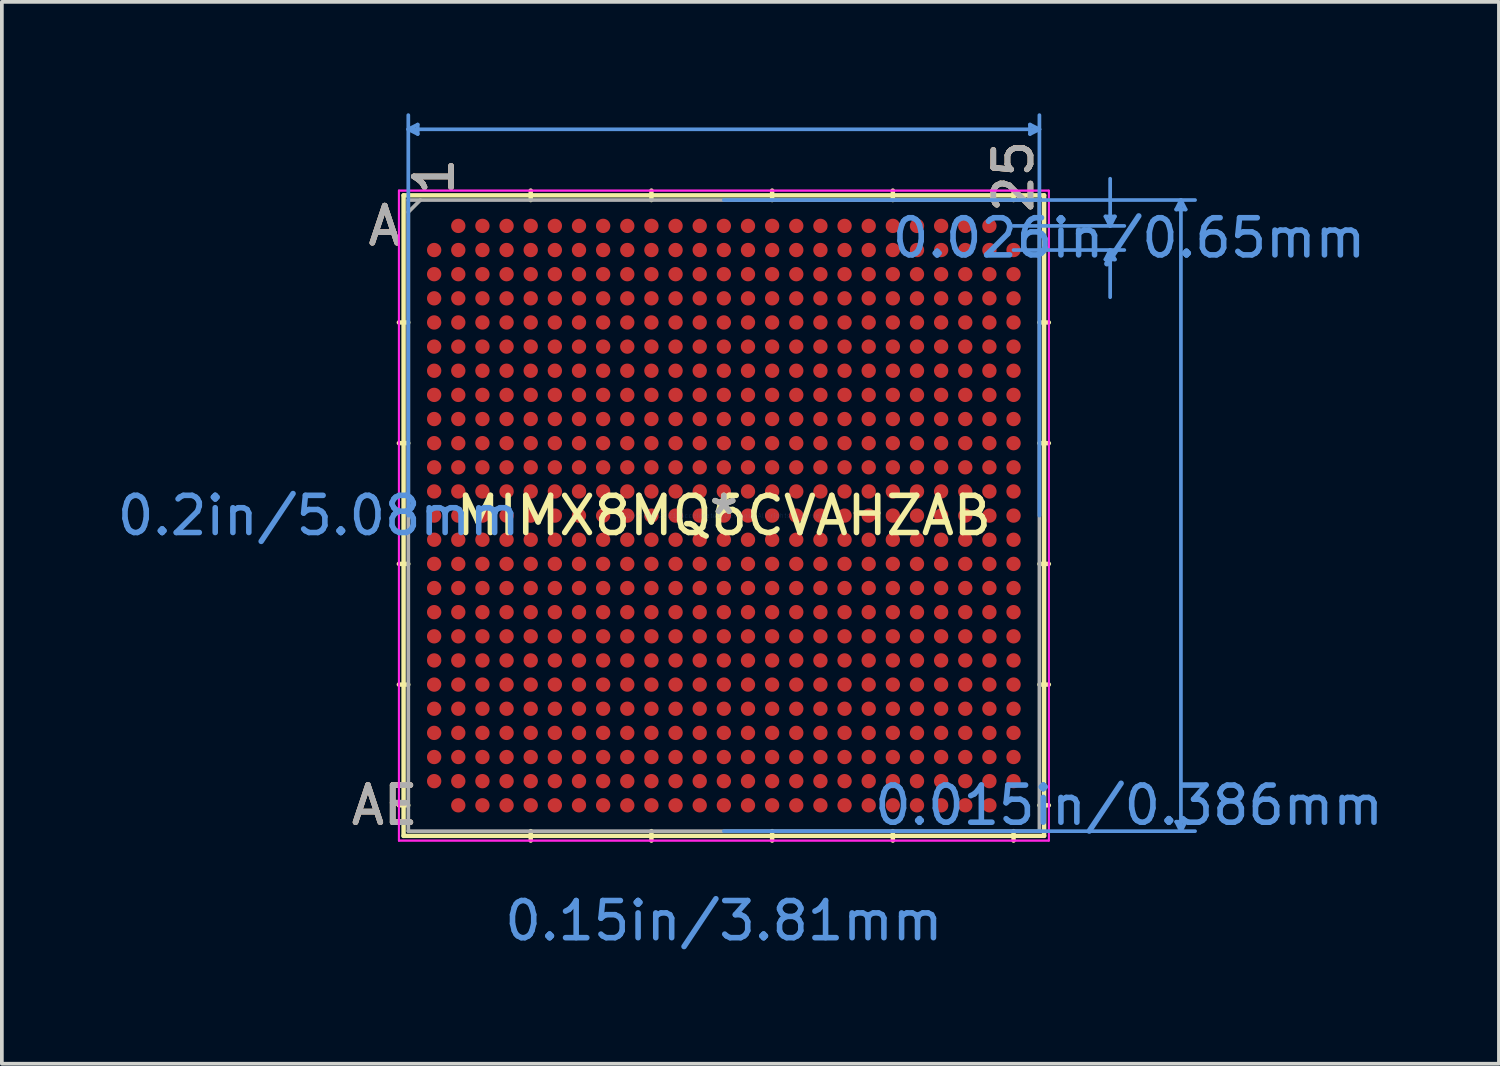
<source format=kicad_pcb>
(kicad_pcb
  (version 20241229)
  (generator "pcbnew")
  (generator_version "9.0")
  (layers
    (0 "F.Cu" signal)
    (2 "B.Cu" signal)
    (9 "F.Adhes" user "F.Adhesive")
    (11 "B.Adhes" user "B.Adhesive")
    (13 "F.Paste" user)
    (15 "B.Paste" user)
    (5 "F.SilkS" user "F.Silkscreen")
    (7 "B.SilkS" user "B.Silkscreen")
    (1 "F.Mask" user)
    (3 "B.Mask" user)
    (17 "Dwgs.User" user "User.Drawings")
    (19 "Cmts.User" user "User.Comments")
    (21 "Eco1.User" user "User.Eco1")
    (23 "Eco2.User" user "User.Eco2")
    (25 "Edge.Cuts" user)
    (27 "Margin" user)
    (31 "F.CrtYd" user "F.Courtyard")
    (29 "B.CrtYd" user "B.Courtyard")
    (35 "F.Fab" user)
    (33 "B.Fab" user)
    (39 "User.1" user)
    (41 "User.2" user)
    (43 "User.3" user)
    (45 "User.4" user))
  (footprint "MIMX8MQ6CVAHZAB"
    (layer "F.Cu")
    (at 16.439 10.832)
    (property "Reference" "MIMX8MQ6CVAHZAB" (at 0 0 0) (layer "F.SilkS") (effects (font (size 1 1) (thickness 0.15))))
    (attr through_hole)
    (fp_line (start -8.623 -8.623) (end -8.623 8.623) (stroke (width 0.12) (type solid)) (layer "F.SilkS"))
    (fp_line (start -8.623 8.623) (end 8.623 8.623) (stroke (width 0.12) (type solid)) (layer "F.SilkS"))
    (fp_line (start -8.496 -5.2) (end -8.75 -5.2) (stroke (width 0.12) (type solid)) (layer "F.SilkS"))
    (fp_line (start -8.496 -1.95) (end -8.75 -1.95) (stroke (width 0.12) (type solid)) (layer "F.SilkS"))
    (fp_line (start -8.496 1.3) (end -8.75 1.3) (stroke (width 0.12) (type solid)) (layer "F.SilkS"))
    (fp_line (start -8.496 4.55) (end -8.75 4.55) (stroke (width 0.12) (type solid)) (layer "F.SilkS"))
    (fp_line (start -8.496 7.8) (end -8.75 7.8) (stroke (width 0.12) (type solid)) (layer "F.SilkS"))
    (fp_line (start -5.2 -8.496) (end -5.2 -8.75) (stroke (width 0.12) (type solid)) (layer "F.SilkS"))
    (fp_line (start -5.2 8.496) (end -5.2 8.75) (stroke (width 0.12) (type solid)) (layer "F.SilkS"))
    (fp_line (start -1.95 -8.496) (end -1.95 -8.75) (stroke (width 0.12) (type solid)) (layer "F.SilkS"))
    (fp_line (start -1.95 8.496) (end -1.95 8.75) (stroke (width 0.12) (type solid)) (layer "F.SilkS"))
    (fp_line (start 1.3 -8.496) (end 1.3 -8.75) (stroke (width 0.12) (type solid)) (layer "F.SilkS"))
    (fp_line (start 1.3 8.496) (end 1.3 8.75) (stroke (width 0.12) (type solid)) (layer "F.SilkS"))
    (fp_line (start 4.55 -8.496) (end 4.55 -8.75) (stroke (width 0.12) (type solid)) (layer "F.SilkS"))
    (fp_line (start 4.55 8.496) (end 4.55 8.75) (stroke (width 0.12) (type solid)) (layer "F.SilkS"))
    (fp_line (start 7.8 -8.496) (end 7.8 -8.75) (stroke (width 0.12) (type solid)) (layer "F.SilkS"))
    (fp_line (start 7.8 8.496) (end 7.8 8.75) (stroke (width 0.12) (type solid)) (layer "F.SilkS"))
    (fp_line (start 8.496 -5.2) (end 8.75 -5.2) (stroke (width 0.12) (type solid)) (layer "F.SilkS"))
    (fp_line (start 8.496 -1.95) (end 8.75 -1.95) (stroke (width 0.12) (type solid)) (layer "F.SilkS"))
    (fp_line (start 8.496 1.3) (end 8.75 1.3) (stroke (width 0.12) (type solid)) (layer "F.SilkS"))
    (fp_line (start 8.496 4.55) (end 8.75 4.55) (stroke (width 0.12) (type solid)) (layer "F.SilkS"))
    (fp_line (start 8.496 7.8) (end 8.75 7.8) (stroke (width 0.12) (type solid)) (layer "F.SilkS"))
    (fp_line (start 8.623 -8.623) (end -8.623 -8.623) (stroke (width 0.12) (type solid)) (layer "F.SilkS"))
    (fp_line (start 8.623 8.623) (end 8.623 -8.623) (stroke (width 0.12) (type solid)) (layer "F.SilkS"))
    (fp_line (start -8.496 -10.401) (end -8.242 -10.528) (stroke (width 0.1) (type solid)) (layer "Cmts.User"))
    (fp_line (start -8.496 -10.401) (end -8.242 -10.274) (stroke (width 0.1) (type solid)) (layer "Cmts.User"))
    (fp_line (start -8.496 -10.401) (end 8.496 -10.401) (stroke (width 0.1) (type solid)) (layer "Cmts.User"))
    (fp_line (start -8.496 0) (end -8.496 -10.782) (stroke (width 0.1) (type solid)) (layer "Cmts.User"))
    (fp_line (start -8.242 -10.528) (end -8.242 -10.274) (stroke (width 0.1) (type solid)) (layer "Cmts.User"))
    (fp_line (start 0 -8.496) (end 12.687 -8.496) (stroke (width 0.1) (type solid)) (layer "Cmts.User"))
    (fp_line (start 0 8.496) (end 12.687 8.496) (stroke (width 0.1) (type solid)) (layer "Cmts.User"))
    (fp_line (start 7.8 -7.8) (end 10.782 -7.8) (stroke (width 0.1) (type solid)) (layer "Cmts.User"))
    (fp_line (start 7.8 -7.15) (end 10.782 -7.15) (stroke (width 0.1) (type solid)) (layer "Cmts.User"))
    (fp_line (start 8.242 -10.528) (end 8.242 -10.274) (stroke (width 0.1) (type solid)) (layer "Cmts.User"))
    (fp_line (start 8.496 -10.401) (end 8.242 -10.528) (stroke (width 0.1) (type solid)) (layer "Cmts.User"))
    (fp_line (start 8.496 -10.401) (end 8.242 -10.274) (stroke (width 0.1) (type solid)) (layer "Cmts.User"))
    (fp_line (start 8.496 0) (end 8.496 -10.782) (stroke (width 0.1) (type solid)) (layer "Cmts.User"))
    (fp_line (start 10.274 -8.054) (end 10.528 -8.054) (stroke (width 0.1) (type solid)) (layer "Cmts.User"))
    (fp_line (start 10.274 -6.896) (end 10.528 -6.896) (stroke (width 0.1) (type solid)) (layer "Cmts.User"))
    (fp_line (start 10.401 -7.8) (end 10.274 -8.054) (stroke (width 0.1) (type solid)) (layer "Cmts.User"))
    (fp_line (start 10.401 -7.8) (end 10.401 -9.07) (stroke (width 0.1) (type solid)) (layer "Cmts.User"))
    (fp_line (start 10.401 -7.8) (end 10.528 -8.054) (stroke (width 0.1) (type solid)) (layer "Cmts.User"))
    (fp_line (start 10.401 -7.15) (end 10.274 -6.896) (stroke (width 0.1) (type solid)) (layer "Cmts.User"))
    (fp_line (start 10.401 -7.15) (end 10.401 -5.88) (stroke (width 0.1) (type solid)) (layer "Cmts.User"))
    (fp_line (start 10.401 -7.15) (end 10.528 -6.896) (stroke (width 0.1) (type solid)) (layer "Cmts.User"))
    (fp_line (start 12.179 -8.242) (end 12.433 -8.242) (stroke (width 0.1) (type solid)) (layer "Cmts.User"))
    (fp_line (start 12.179 8.242) (end 12.433 8.242) (stroke (width 0.1) (type solid)) (layer "Cmts.User"))
    (fp_line (start 12.306 -8.496) (end 12.179 -8.242) (stroke (width 0.1) (type solid)) (layer "Cmts.User"))
    (fp_line (start 12.306 -8.496) (end 12.306 8.496) (stroke (width 0.1) (type solid)) (layer "Cmts.User"))
    (fp_line (start 12.306 -8.496) (end 12.433 -8.242) (stroke (width 0.1) (type solid)) (layer "Cmts.User"))
    (fp_line (start 12.306 8.496) (end 12.179 8.242) (stroke (width 0.1) (type solid)) (layer "Cmts.User"))
    (fp_line (start 12.306 8.496) (end 12.433 8.242) (stroke (width 0.1) (type solid)) (layer "Cmts.User"))
    (fp_line (start -8.75 -8.75) (end 8.75 -8.75) (stroke (width 0.05) (type solid)) (layer "F.CrtYd"))
    (fp_line (start -8.75 -8.75) (end 8.75 -8.75) (stroke (width 0.05) (type solid)) (layer "F.CrtYd"))
    (fp_line (start -8.75 8.75) (end -8.75 -8.75) (stroke (width 0.05) (type solid)) (layer "F.CrtYd"))
    (fp_line (start -8.75 8.75) (end -8.75 -8.75) (stroke (width 0.05) (type solid)) (layer "F.CrtYd"))
    (fp_line (start 8.75 -8.75) (end 8.75 8.75) (stroke (width 0.05) (type solid)) (layer "F.CrtYd"))
    (fp_line (start 8.75 -8.75) (end 8.75 8.75) (stroke (width 0.05) (type solid)) (layer "F.CrtYd"))
    (fp_line (start 8.75 8.75) (end -8.75 8.75) (stroke (width 0.05) (type solid)) (layer "F.CrtYd"))
    (fp_line (start 8.75 8.75) (end -8.75 8.75) (stroke (width 0.05) (type solid)) (layer "F.CrtYd"))
    (fp_line (start -8.496 -8.496) (end -8.496 8.496) (stroke (width 0.1) (type solid)) (layer "F.Fab"))
    (fp_line (start -8.496 8.496) (end 8.496 8.496) (stroke (width 0.1) (type solid)) (layer "F.Fab"))
    (fp_line (start -8.171 -8.496) (end -8.496 -8.171) (stroke (width 0.1) (type solid)) (layer "F.Fab"))
    (fp_line (start 8.496 -8.496) (end -8.496 -8.496) (stroke (width 0.1) (type solid)) (layer "F.Fab"))
    (fp_line (start 8.496 8.496) (end 8.496 -8.496) (stroke (width 0.1) (type solid)) (layer "F.Fab"))
    (fp_text user "A" (at -9.131 -7.8 0) (layer "F.SilkS") (effects (font (size 1 1) (thickness 0.15))))
    (fp_text user "1" (at -7.8 -9.131 90) (layer "F.SilkS") (effects (font (size 1 1) (thickness 0.15))))
    (fp_text user "*" (at 0 0 0) (layer "F.SilkS") (effects (font (size 1 1) (thickness 0.15))))
    (fp_text user "AE" (at -9.131 7.8 0) (layer "F.SilkS") (effects (font (size 1 1) (thickness 0.15))))
    (fp_text user "25" (at 7.8 -9.131 90) (layer "F.SilkS") (effects (font (size 1 1) (thickness 0.15))))
    (fp_text user "A" (at -9.131 -7.8 0) (layer "B.SilkS") (effects (font (size 1 1) (thickness 0.15))))
    (fp_text user "25" (at 7.8 -9.131 90) (layer "B.SilkS") (effects (font (size 1 1) (thickness 0.15))))
    (fp_text user "AE" (at -9.131 7.8 0) (layer "B.SilkS") (effects (font (size 1 1) (thickness 0.15))))
    (fp_text user "1" (at -7.8 -9.131 90) (layer "B.SilkS") (effects (font (size 1 1) (thickness 0.15))))
    (fp_text user "0.015in/0.386mm" (at 10.909 7.8 0) (layer "Cmts.User") (effects (font (size 1 1) (thickness 0.15))))
    (fp_text user "0.026in/0.65mm" (at 10.909 -7.475 0) (layer "Cmts.User") (effects (font (size 1 1) (thickness 0.15))))
    (fp_text user "0.15in/3.81mm" (at 0 10.909 0) (layer "Cmts.User") (effects (font (size 1 1) (thickness 0.15))))
    (fp_text user "0.2in/5.08mm" (at -10.909 0 0) (layer "Cmts.User") (effects (font (size 1 1) (thickness 0.15))))
    (fp_text user "Copyright 2021 Accelerated Designs. All rights reserved." (at 0 0 0) (layer "Cmts.User") (effects (font (size 0.127 0.127) (thickness 0.002))))
    (fp_text user "1" (at -7.8 -9.131 90) (layer "F.Fab") (effects (font (size 1 1) (thickness 0.15))))
    (fp_text user "25" (at 7.8 -9.131 90) (layer "F.Fab") (effects (font (size 1 1) (thickness 0.15))))
    (fp_text user "AE" (at -9.131 7.8 0) (layer "F.Fab") (effects (font (size 1 1) (thickness 0.15))))
    (fp_text user "*" (at 0 0 0) (layer "F.Fab") (effects (font (size 1 1) (thickness 0.15))))
    (fp_text user "A" (at -9.131 -7.8 0) (layer "F.Fab") (effects (font (size 1 1) (thickness 0.15))))
    (pad "A2" smd circle (at -7.15 -7.8) (size 0.386 0.386) (layers "F.Cu" "F.Mask" "F.Paste"))
    (pad "A3" smd circle (at -6.5 -7.8) (size 0.386 0.386) (layers "F.Cu" "F.Mask" "F.Paste"))
    (pad "A4" smd circle (at -5.85 -7.8) (size 0.386 0.386) (layers "F.Cu" "F.Mask" "F.Paste"))
    (pad "A5" smd circle (at -5.2 -7.8) (size 0.386 0.386) (layers "F.Cu" "F.Mask" "F.Paste"))
    (pad "A6" smd circle (at -4.55 -7.8) (size 0.386 0.386) (layers "F.Cu" "F.Mask" "F.Paste"))
    (pad "A7" smd circle (at -3.9 -7.8) (size 0.386 0.386) (layers "F.Cu" "F.Mask" "F.Paste"))
    (pad "A8" smd circle (at -3.25 -7.8) (size 0.386 0.386) (layers "F.Cu" "F.Mask" "F.Paste"))
    (pad "A9" smd circle (at -2.6 -7.8) (size 0.386 0.386) (layers "F.Cu" "F.Mask" "F.Paste"))
    (pad "A10" smd circle (at -1.95 -7.8) (size 0.386 0.386) (layers "F.Cu" "F.Mask" "F.Paste"))
    (pad "A11" smd circle (at -1.3 -7.8) (size 0.386 0.386) (layers "F.Cu" "F.Mask" "F.Paste"))
    (pad "A12" smd circle (at -0.65 -7.8) (size 0.386 0.386) (layers "F.Cu" "F.Mask" "F.Paste"))
    (pad "A13" smd circle (at 0 -7.8) (size 0.386 0.386) (layers "F.Cu" "F.Mask" "F.Paste"))
    (pad "A14" smd circle (at 0.65 -7.8) (size 0.386 0.386) (layers "F.Cu" "F.Mask" "F.Paste"))
    (pad "A15" smd circle (at 1.3 -7.8) (size 0.386 0.386) (layers "F.Cu" "F.Mask" "F.Paste"))
    (pad "A16" smd circle (at 1.95 -7.8) (size 0.386 0.386) (layers "F.Cu" "F.Mask" "F.Paste"))
    (pad "A17" smd circle (at 2.6 -7.8) (size 0.386 0.386) (layers "F.Cu" "F.Mask" "F.Paste"))
    (pad "A18" smd circle (at 3.25 -7.8) (size 0.386 0.386) (layers "F.Cu" "F.Mask" "F.Paste"))
    (pad "A19" smd circle (at 3.9 -7.8) (size 0.386 0.386) (layers "F.Cu" "F.Mask" "F.Paste"))
    (pad "A20" smd circle (at 4.55 -7.8) (size 0.386 0.386) (layers "F.Cu" "F.Mask" "F.Paste"))
    (pad "A21" smd circle (at 5.2 -7.8) (size 0.386 0.386) (layers "F.Cu" "F.Mask" "F.Paste"))
    (pad "A22" smd circle (at 5.85 -7.8) (size 0.386 0.386) (layers "F.Cu" "F.Mask" "F.Paste"))
    (pad "A23" smd circle (at 6.5 -7.8) (size 0.386 0.386) (layers "F.Cu" "F.Mask" "F.Paste"))
    (pad "A24" smd circle (at 7.15 -7.8) (size 0.386 0.386) (layers "F.Cu" "F.Mask" "F.Paste"))
    (pad "AA1" smd circle (at -7.8 5.2) (size 0.386 0.386) (layers "F.Cu" "F.Mask" "F.Paste"))
    (pad "AA2" smd circle (at -7.15 5.2) (size 0.386 0.386) (layers "F.Cu" "F.Mask" "F.Paste"))
    (pad "AA3" smd circle (at -6.5 5.2) (size 0.386 0.386) (layers "F.Cu" "F.Mask" "F.Paste"))
    (pad "AA4" smd circle (at -5.85 5.2) (size 0.386 0.386) (layers "F.Cu" "F.Mask" "F.Paste"))
    (pad "AA5" smd circle (at -5.2 5.2) (size 0.386 0.386) (layers "F.Cu" "F.Mask" "F.Paste"))
    (pad "AA6" smd circle (at -4.55 5.2) (size 0.386 0.386) (layers "F.Cu" "F.Mask" "F.Paste"))
    (pad "AA7" smd circle (at -3.9 5.2) (size 0.386 0.386) (layers "F.Cu" "F.Mask" "F.Paste"))
    (pad "AA8" smd circle (at -3.25 5.2) (size 0.386 0.386) (layers "F.Cu" "F.Mask" "F.Paste"))
    (pad "AA9" smd circle (at -2.6 5.2) (size 0.386 0.386) (layers "F.Cu" "F.Mask" "F.Paste"))
    (pad "AA10" smd circle (at -1.95 5.2) (size 0.386 0.386) (layers "F.Cu" "F.Mask" "F.Paste"))
    (pad "AA11" smd circle (at -1.3 5.2) (size 0.386 0.386) (layers "F.Cu" "F.Mask" "F.Paste"))
    (pad "AA12" smd circle (at -0.65 5.2) (size 0.386 0.386) (layers "F.Cu" "F.Mask" "F.Paste"))
    (pad "AA13" smd circle (at 0 5.2) (size 0.386 0.386) (layers "F.Cu" "F.Mask" "F.Paste"))
    (pad "AA14" smd circle (at 0.65 5.2) (size 0.386 0.386) (layers "F.Cu" "F.Mask" "F.Paste"))
    (pad "AA15" smd circle (at 1.3 5.2) (size 0.386 0.386) (layers "F.Cu" "F.Mask" "F.Paste"))
    (pad "AA16" smd circle (at 1.95 5.2) (size 0.386 0.386) (layers "F.Cu" "F.Mask" "F.Paste"))
    (pad "AA17" smd circle (at 2.6 5.2) (size 0.386 0.386) (layers "F.Cu" "F.Mask" "F.Paste"))
    (pad "AA18" smd circle (at 3.25 5.2) (size 0.386 0.386) (layers "F.Cu" "F.Mask" "F.Paste"))
    (pad "AA19" smd circle (at 3.9 5.2) (size 0.386 0.386) (layers "F.Cu" "F.Mask" "F.Paste"))
    (pad "AA20" smd circle (at 4.55 5.2) (size 0.386 0.386) (layers "F.Cu" "F.Mask" "F.Paste"))
    (pad "AA21" smd circle (at 5.2 5.2) (size 0.386 0.386) (layers "F.Cu" "F.Mask" "F.Paste"))
    (pad "AA22" smd circle (at 5.85 5.2) (size 0.386 0.386) (layers "F.Cu" "F.Mask" "F.Paste"))
    (pad "AA23" smd circle (at 6.5 5.2) (size 0.386 0.386) (layers "F.Cu" "F.Mask" "F.Paste"))
    (pad "AA24" smd circle (at 7.15 5.2) (size 0.386 0.386) (layers "F.Cu" "F.Mask" "F.Paste"))
    (pad "AA25" smd circle (at 7.8 5.2) (size 0.386 0.386) (layers "F.Cu" "F.Mask" "F.Paste"))
    (pad "AB1" smd circle (at -7.8 5.85) (size 0.386 0.386) (layers "F.Cu" "F.Mask" "F.Paste"))
    (pad "AB2" smd circle (at -7.15 5.85) (size 0.386 0.386) (layers "F.Cu" "F.Mask" "F.Paste"))
    (pad "AB3" smd circle (at -6.5 5.85) (size 0.386 0.386) (layers "F.Cu" "F.Mask" "F.Paste"))
    (pad "AB4" smd circle (at -5.85 5.85) (size 0.386 0.386) (layers "F.Cu" "F.Mask" "F.Paste"))
    (pad "AB5" smd circle (at -5.2 5.85) (size 0.386 0.386) (layers "F.Cu" "F.Mask" "F.Paste"))
    (pad "AB6" smd circle (at -4.55 5.85) (size 0.386 0.386) (layers "F.Cu" "F.Mask" "F.Paste"))
    (pad "AB7" smd circle (at -3.9 5.85) (size 0.386 0.386) (layers "F.Cu" "F.Mask" "F.Paste"))
    (pad "AB8" smd circle (at -3.25 5.85) (size 0.386 0.386) (layers "F.Cu" "F.Mask" "F.Paste"))
    (pad "AB9" smd circle (at -2.6 5.85) (size 0.386 0.386) (layers "F.Cu" "F.Mask" "F.Paste"))
    (pad "AB10" smd circle (at -1.95 5.85) (size 0.386 0.386) (layers "F.Cu" "F.Mask" "F.Paste"))
    (pad "AB11" smd circle (at -1.3 5.85) (size 0.386 0.386) (layers "F.Cu" "F.Mask" "F.Paste"))
    (pad "AB12" smd circle (at -0.65 5.85) (size 0.386 0.386) (layers "F.Cu" "F.Mask" "F.Paste"))
    (pad "AB13" smd circle (at 0 5.85) (size 0.386 0.386) (layers "F.Cu" "F.Mask" "F.Paste"))
    (pad "AB14" smd circle (at 0.65 5.85) (size 0.386 0.386) (layers "F.Cu" "F.Mask" "F.Paste"))
    (pad "AB15" smd circle (at 1.3 5.85) (size 0.386 0.386) (layers "F.Cu" "F.Mask" "F.Paste"))
    (pad "AB16" smd circle (at 1.95 5.85) (size 0.386 0.386) (layers "F.Cu" "F.Mask" "F.Paste"))
    (pad "AB17" smd circle (at 2.6 5.85) (size 0.386 0.386) (layers "F.Cu" "F.Mask" "F.Paste"))
    (pad "AB18" smd circle (at 3.25 5.85) (size 0.386 0.386) (layers "F.Cu" "F.Mask" "F.Paste"))
    (pad "AB19" smd circle (at 3.9 5.85) (size 0.386 0.386) (layers "F.Cu" "F.Mask" "F.Paste"))
    (pad "AB20" smd circle (at 4.55 5.85) (size 0.386 0.386) (layers "F.Cu" "F.Mask" "F.Paste"))
    (pad "AB21" smd circle (at 5.2 5.85) (size 0.386 0.386) (layers "F.Cu" "F.Mask" "F.Paste"))
    (pad "AB22" smd circle (at 5.85 5.85) (size 0.386 0.386) (layers "F.Cu" "F.Mask" "F.Paste"))
    (pad "AB23" smd circle (at 6.5 5.85) (size 0.386 0.386) (layers "F.Cu" "F.Mask" "F.Paste"))
    (pad "AB24" smd circle (at 7.15 5.85) (size 0.386 0.386) (layers "F.Cu" "F.Mask" "F.Paste"))
    (pad "AB25" smd circle (at 7.8 5.85) (size 0.386 0.386) (layers "F.Cu" "F.Mask" "F.Paste"))
    (pad "AC1" smd circle (at -7.8 6.5) (size 0.386 0.386) (layers "F.Cu" "F.Mask" "F.Paste"))
    (pad "AC2" smd circle (at -7.15 6.5) (size 0.386 0.386) (layers "F.Cu" "F.Mask" "F.Paste"))
    (pad "AC3" smd circle (at -6.5 6.5) (size 0.386 0.386) (layers "F.Cu" "F.Mask" "F.Paste"))
    (pad "AC4" smd circle (at -5.85 6.5) (size 0.386 0.386) (layers "F.Cu" "F.Mask" "F.Paste"))
    (pad "AC5" smd circle (at -5.2 6.5) (size 0.386 0.386) (layers "F.Cu" "F.Mask" "F.Paste"))
    (pad "AC6" smd circle (at -4.55 6.5) (size 0.386 0.386) (layers "F.Cu" "F.Mask" "F.Paste"))
    (pad "AC7" smd circle (at -3.9 6.5) (size 0.386 0.386) (layers "F.Cu" "F.Mask" "F.Paste"))
    (pad "AC8" smd circle (at -3.25 6.5) (size 0.386 0.386) (layers "F.Cu" "F.Mask" "F.Paste"))
    (pad "AC9" smd circle (at -2.6 6.5) (size 0.386 0.386) (layers "F.Cu" "F.Mask" "F.Paste"))
    (pad "AC10" smd circle (at -1.95 6.5) (size 0.386 0.386) (layers "F.Cu" "F.Mask" "F.Paste"))
    (pad "AC11" smd circle (at -1.3 6.5) (size 0.386 0.386) (layers "F.Cu" "F.Mask" "F.Paste"))
    (pad "AC12" smd circle (at -0.65 6.5) (size 0.386 0.386) (layers "F.Cu" "F.Mask" "F.Paste"))
    (pad "AC13" smd circle (at 0 6.5) (size 0.386 0.386) (layers "F.Cu" "F.Mask" "F.Paste"))
    (pad "AC14" smd circle (at 0.65 6.5) (size 0.386 0.386) (layers "F.Cu" "F.Mask" "F.Paste"))
    (pad "AC15" smd circle (at 1.3 6.5) (size 0.386 0.386) (layers "F.Cu" "F.Mask" "F.Paste"))
    (pad "AC16" smd circle (at 1.95 6.5) (size 0.386 0.386) (layers "F.Cu" "F.Mask" "F.Paste"))
    (pad "AC17" smd circle (at 2.6 6.5) (size 0.386 0.386) (layers "F.Cu" "F.Mask" "F.Paste"))
    (pad "AC18" smd circle (at 3.25 6.5) (size 0.386 0.386) (layers "F.Cu" "F.Mask" "F.Paste"))
    (pad "AC19" smd circle (at 3.9 6.5) (size 0.386 0.386) (layers "F.Cu" "F.Mask" "F.Paste"))
    (pad "AC20" smd circle (at 4.55 6.5) (size 0.386 0.386) (layers "F.Cu" "F.Mask" "F.Paste"))
    (pad "AC21" smd circle (at 5.2 6.5) (size 0.386 0.386) (layers "F.Cu" "F.Mask" "F.Paste"))
    (pad "AC22" smd circle (at 5.85 6.5) (size 0.386 0.386) (layers "F.Cu" "F.Mask" "F.Paste"))
    (pad "AC23" smd circle (at 6.5 6.5) (size 0.386 0.386) (layers "F.Cu" "F.Mask" "F.Paste"))
    (pad "AC24" smd circle (at 7.15 6.5) (size 0.386 0.386) (layers "F.Cu" "F.Mask" "F.Paste"))
    (pad "AC25" smd circle (at 7.8 6.5) (size 0.386 0.386) (layers "F.Cu" "F.Mask" "F.Paste"))
    (pad "AD1" smd circle (at -7.8 7.15) (size 0.386 0.386) (layers "F.Cu" "F.Mask" "F.Paste"))
    (pad "AD2" smd circle (at -7.15 7.15) (size 0.386 0.386) (layers "F.Cu" "F.Mask" "F.Paste"))
    (pad "AD3" smd circle (at -6.5 7.15) (size 0.386 0.386) (layers "F.Cu" "F.Mask" "F.Paste"))
    (pad "AD4" smd circle (at -5.85 7.15) (size 0.386 0.386) (layers "F.Cu" "F.Mask" "F.Paste"))
    (pad "AD5" smd circle (at -5.2 7.15) (size 0.386 0.386) (layers "F.Cu" "F.Mask" "F.Paste"))
    (pad "AD6" smd circle (at -4.55 7.15) (size 0.386 0.386) (layers "F.Cu" "F.Mask" "F.Paste"))
    (pad "AD7" smd circle (at -3.9 7.15) (size 0.386 0.386) (layers "F.Cu" "F.Mask" "F.Paste"))
    (pad "AD8" smd circle (at -3.25 7.15) (size 0.386 0.386) (layers "F.Cu" "F.Mask" "F.Paste"))
    (pad "AD9" smd circle (at -2.6 7.15) (size 0.386 0.386) (layers "F.Cu" "F.Mask" "F.Paste"))
    (pad "AD10" smd circle (at -1.95 7.15) (size 0.386 0.386) (layers "F.Cu" "F.Mask" "F.Paste"))
    (pad "AD11" smd circle (at -1.3 7.15) (size 0.386 0.386) (layers "F.Cu" "F.Mask" "F.Paste"))
    (pad "AD12" smd circle (at -0.65 7.15) (size 0.386 0.386) (layers "F.Cu" "F.Mask" "F.Paste"))
    (pad "AD13" smd circle (at 0 7.15) (size 0.386 0.386) (layers "F.Cu" "F.Mask" "F.Paste"))
    (pad "AD14" smd circle (at 0.65 7.15) (size 0.386 0.386) (layers "F.Cu" "F.Mask" "F.Paste"))
    (pad "AD15" smd circle (at 1.3 7.15) (size 0.386 0.386) (layers "F.Cu" "F.Mask" "F.Paste"))
    (pad "AD16" smd circle (at 1.95 7.15) (size 0.386 0.386) (layers "F.Cu" "F.Mask" "F.Paste"))
    (pad "AD17" smd circle (at 2.6 7.15) (size 0.386 0.386) (layers "F.Cu" "F.Mask" "F.Paste"))
    (pad "AD18" smd circle (at 3.25 7.15) (size 0.386 0.386) (layers "F.Cu" "F.Mask" "F.Paste"))
    (pad "AD19" smd circle (at 3.9 7.15) (size 0.386 0.386) (layers "F.Cu" "F.Mask" "F.Paste"))
    (pad "AD20" smd circle (at 4.55 7.15) (size 0.386 0.386) (layers "F.Cu" "F.Mask" "F.Paste"))
    (pad "AD21" smd circle (at 5.2 7.15) (size 0.386 0.386) (layers "F.Cu" "F.Mask" "F.Paste"))
    (pad "AD22" smd circle (at 5.85 7.15) (size 0.386 0.386) (layers "F.Cu" "F.Mask" "F.Paste"))
    (pad "AD23" smd circle (at 6.5 7.15) (size 0.386 0.386) (layers "F.Cu" "F.Mask" "F.Paste"))
    (pad "AD24" smd circle (at 7.15 7.15) (size 0.386 0.386) (layers "F.Cu" "F.Mask" "F.Paste"))
    (pad "AD25" smd circle (at 7.8 7.15) (size 0.386 0.386) (layers "F.Cu" "F.Mask" "F.Paste"))
    (pad "AE2" smd circle (at -7.15 7.8) (size 0.386 0.386) (layers "F.Cu" "F.Mask" "F.Paste"))
    (pad "AE3" smd circle (at -6.5 7.8) (size 0.386 0.386) (layers "F.Cu" "F.Mask" "F.Paste"))
    (pad "AE4" smd circle (at -5.85 7.8) (size 0.386 0.386) (layers "F.Cu" "F.Mask" "F.Paste"))
    (pad "AE5" smd circle (at -5.2 7.8) (size 0.386 0.386) (layers "F.Cu" "F.Mask" "F.Paste"))
    (pad "AE6" smd circle (at -4.55 7.8) (size 0.386 0.386) (layers "F.Cu" "F.Mask" "F.Paste"))
    (pad "AE7" smd circle (at -3.9 7.8) (size 0.386 0.386) (layers "F.Cu" "F.Mask" "F.Paste"))
    (pad "AE8" smd circle (at -3.25 7.8) (size 0.386 0.386) (layers "F.Cu" "F.Mask" "F.Paste"))
    (pad "AE9" smd circle (at -2.6 7.8) (size 0.386 0.386) (layers "F.Cu" "F.Mask" "F.Paste"))
    (pad "AE10" smd circle (at -1.95 7.8) (size 0.386 0.386) (layers "F.Cu" "F.Mask" "F.Paste"))
    (pad "AE11" smd circle (at -1.3 7.8) (size 0.386 0.386) (layers "F.Cu" "F.Mask" "F.Paste"))
    (pad "AE12" smd circle (at -0.65 7.8) (size 0.386 0.386) (layers "F.Cu" "F.Mask" "F.Paste"))
    (pad "AE13" smd circle (at 0 7.8) (size 0.386 0.386) (layers "F.Cu" "F.Mask" "F.Paste"))
    (pad "AE14" smd circle (at 0.65 7.8) (size 0.386 0.386) (layers "F.Cu" "F.Mask" "F.Paste"))
    (pad "AE15" smd circle (at 1.3 7.8) (size 0.386 0.386) (layers "F.Cu" "F.Mask" "F.Paste"))
    (pad "AE16" smd circle (at 1.95 7.8) (size 0.386 0.386) (layers "F.Cu" "F.Mask" "F.Paste"))
    (pad "AE17" smd circle (at 2.6 7.8) (size 0.386 0.386) (layers "F.Cu" "F.Mask" "F.Paste"))
    (pad "AE18" smd circle (at 3.25 7.8) (size 0.386 0.386) (layers "F.Cu" "F.Mask" "F.Paste"))
    (pad "AE19" smd circle (at 3.9 7.8) (size 0.386 0.386) (layers "F.Cu" "F.Mask" "F.Paste"))
    (pad "AE20" smd circle (at 4.55 7.8) (size 0.386 0.386) (layers "F.Cu" "F.Mask" "F.Paste"))
    (pad "AE21" smd circle (at 5.2 7.8) (size 0.386 0.386) (layers "F.Cu" "F.Mask" "F.Paste"))
    (pad "AE22" smd circle (at 5.85 7.8) (size 0.386 0.386) (layers "F.Cu" "F.Mask" "F.Paste"))
    (pad "AE23" smd circle (at 6.5 7.8) (size 0.386 0.386) (layers "F.Cu" "F.Mask" "F.Paste"))
    (pad "AE24" smd circle (at 7.15 7.8) (size 0.386 0.386) (layers "F.Cu" "F.Mask" "F.Paste"))
    (pad "B1" smd circle (at -7.8 -7.15) (size 0.386 0.386) (layers "F.Cu" "F.Mask" "F.Paste"))
    (pad "B2" smd circle (at -7.15 -7.15) (size 0.386 0.386) (layers "F.Cu" "F.Mask" "F.Paste"))
    (pad "B3" smd circle (at -6.5 -7.15) (size 0.386 0.386) (layers "F.Cu" "F.Mask" "F.Paste"))
    (pad "B4" smd circle (at -5.85 -7.15) (size 0.386 0.386) (layers "F.Cu" "F.Mask" "F.Paste"))
    (pad "B5" smd circle (at -5.2 -7.15) (size 0.386 0.386) (layers "F.Cu" "F.Mask" "F.Paste"))
    (pad "B6" smd circle (at -4.55 -7.15) (size 0.386 0.386) (layers "F.Cu" "F.Mask" "F.Paste"))
    (pad "B7" smd circle (at -3.9 -7.15) (size 0.386 0.386) (layers "F.Cu" "F.Mask" "F.Paste"))
    (pad "B8" smd circle (at -3.25 -7.15) (size 0.386 0.386) (layers "F.Cu" "F.Mask" "F.Paste"))
    (pad "B9" smd circle (at -2.6 -7.15) (size 0.386 0.386) (layers "F.Cu" "F.Mask" "F.Paste"))
    (pad "B10" smd circle (at -1.95 -7.15) (size 0.386 0.386) (layers "F.Cu" "F.Mask" "F.Paste"))
    (pad "B11" smd circle (at -1.3 -7.15) (size 0.386 0.386) (layers "F.Cu" "F.Mask" "F.Paste"))
    (pad "B12" smd circle (at -0.65 -7.15) (size 0.386 0.386) (layers "F.Cu" "F.Mask" "F.Paste"))
    (pad "B13" smd circle (at 0 -7.15) (size 0.386 0.386) (layers "F.Cu" "F.Mask" "F.Paste"))
    (pad "B14" smd circle (at 0.65 -7.15) (size 0.386 0.386) (layers "F.Cu" "F.Mask" "F.Paste"))
    (pad "B15" smd circle (at 1.3 -7.15) (size 0.386 0.386) (layers "F.Cu" "F.Mask" "F.Paste"))
    (pad "B16" smd circle (at 1.95 -7.15) (size 0.386 0.386) (layers "F.Cu" "F.Mask" "F.Paste"))
    (pad "B17" smd circle (at 2.6 -7.15) (size 0.386 0.386) (layers "F.Cu" "F.Mask" "F.Paste"))
    (pad "B18" smd circle (at 3.25 -7.15) (size 0.386 0.386) (layers "F.Cu" "F.Mask" "F.Paste"))
    (pad "B19" smd circle (at 3.9 -7.15) (size 0.386 0.386) (layers "F.Cu" "F.Mask" "F.Paste"))
    (pad "B20" smd circle (at 4.55 -7.15) (size 0.386 0.386) (layers "F.Cu" "F.Mask" "F.Paste"))
    (pad "B21" smd circle (at 5.2 -7.15) (size 0.386 0.386) (layers "F.Cu" "F.Mask" "F.Paste"))
    (pad "B22" smd circle (at 5.85 -7.15) (size 0.386 0.386) (layers "F.Cu" "F.Mask" "F.Paste"))
    (pad "B23" smd circle (at 6.5 -7.15) (size 0.386 0.386) (layers "F.Cu" "F.Mask" "F.Paste"))
    (pad "B24" smd circle (at 7.15 -7.15) (size 0.386 0.386) (layers "F.Cu" "F.Mask" "F.Paste"))
    (pad "B25" smd circle (at 7.8 -7.15) (size 0.386 0.386) (layers "F.Cu" "F.Mask" "F.Paste"))
    (pad "C1" smd circle (at -7.8 -6.5) (size 0.386 0.386) (layers "F.Cu" "F.Mask" "F.Paste"))
    (pad "C2" smd circle (at -7.15 -6.5) (size 0.386 0.386) (layers "F.Cu" "F.Mask" "F.Paste"))
    (pad "C3" smd circle (at -6.5 -6.5) (size 0.386 0.386) (layers "F.Cu" "F.Mask" "F.Paste"))
    (pad "C4" smd circle (at -5.85 -6.5) (size 0.386 0.386) (layers "F.Cu" "F.Mask" "F.Paste"))
    (pad "C5" smd circle (at -5.2 -6.5) (size 0.386 0.386) (layers "F.Cu" "F.Mask" "F.Paste"))
    (pad "C6" smd circle (at -4.55 -6.5) (size 0.386 0.386) (layers "F.Cu" "F.Mask" "F.Paste"))
    (pad "C7" smd circle (at -3.9 -6.5) (size 0.386 0.386) (layers "F.Cu" "F.Mask" "F.Paste"))
    (pad "C8" smd circle (at -3.25 -6.5) (size 0.386 0.386) (layers "F.Cu" "F.Mask" "F.Paste"))
    (pad "C9" smd circle (at -2.6 -6.5) (size 0.386 0.386) (layers "F.Cu" "F.Mask" "F.Paste"))
    (pad "C10" smd circle (at -1.95 -6.5) (size 0.386 0.386) (layers "F.Cu" "F.Mask" "F.Paste"))
    (pad "C11" smd circle (at -1.3 -6.5) (size 0.386 0.386) (layers "F.Cu" "F.Mask" "F.Paste"))
    (pad "C12" smd circle (at -0.65 -6.5) (size 0.386 0.386) (layers "F.Cu" "F.Mask" "F.Paste"))
    (pad "C13" smd circle (at 0 -6.5) (size 0.386 0.386) (layers "F.Cu" "F.Mask" "F.Paste"))
    (pad "C14" smd circle (at 0.65 -6.5) (size 0.386 0.386) (layers "F.Cu" "F.Mask" "F.Paste"))
    (pad "C15" smd circle (at 1.3 -6.5) (size 0.386 0.386) (layers "F.Cu" "F.Mask" "F.Paste"))
    (pad "C16" smd circle (at 1.95 -6.5) (size 0.386 0.386) (layers "F.Cu" "F.Mask" "F.Paste"))
    (pad "C17" smd circle (at 2.6 -6.5) (size 0.386 0.386) (layers "F.Cu" "F.Mask" "F.Paste"))
    (pad "C18" smd circle (at 3.25 -6.5) (size 0.386 0.386) (layers "F.Cu" "F.Mask" "F.Paste"))
    (pad "C19" smd circle (at 3.9 -6.5) (size 0.386 0.386) (layers "F.Cu" "F.Mask" "F.Paste"))
    (pad "C20" smd circle (at 4.55 -6.5) (size 0.386 0.386) (layers "F.Cu" "F.Mask" "F.Paste"))
    (pad "C21" smd circle (at 5.2 -6.5) (size 0.386 0.386) (layers "F.Cu" "F.Mask" "F.Paste"))
    (pad "C22" smd circle (at 5.85 -6.5) (size 0.386 0.386) (layers "F.Cu" "F.Mask" "F.Paste"))
    (pad "C23" smd circle (at 6.5 -6.5) (size 0.386 0.386) (layers "F.Cu" "F.Mask" "F.Paste"))
    (pad "C24" smd circle (at 7.15 -6.5) (size 0.386 0.386) (layers "F.Cu" "F.Mask" "F.Paste"))
    (pad "C25" smd circle (at 7.8 -6.5) (size 0.386 0.386) (layers "F.Cu" "F.Mask" "F.Paste"))
    (pad "D1" smd circle (at -7.8 -5.85) (size 0.386 0.386) (layers "F.Cu" "F.Mask" "F.Paste"))
    (pad "D2" smd circle (at -7.15 -5.85) (size 0.386 0.386) (layers "F.Cu" "F.Mask" "F.Paste"))
    (pad "D3" smd circle (at -6.5 -5.85) (size 0.386 0.386) (layers "F.Cu" "F.Mask" "F.Paste"))
    (pad "D4" smd circle (at -5.85 -5.85) (size 0.386 0.386) (layers "F.Cu" "F.Mask" "F.Paste"))
    (pad "D5" smd circle (at -5.2 -5.85) (size 0.386 0.386) (layers "F.Cu" "F.Mask" "F.Paste"))
    (pad "D6" smd circle (at -4.55 -5.85) (size 0.386 0.386) (layers "F.Cu" "F.Mask" "F.Paste"))
    (pad "D7" smd circle (at -3.9 -5.85) (size 0.386 0.386) (layers "F.Cu" "F.Mask" "F.Paste"))
    (pad "D8" smd circle (at -3.25 -5.85) (size 0.386 0.386) (layers "F.Cu" "F.Mask" "F.Paste"))
    (pad "D9" smd circle (at -2.6 -5.85) (size 0.386 0.386) (layers "F.Cu" "F.Mask" "F.Paste"))
    (pad "D10" smd circle (at -1.95 -5.85) (size 0.386 0.386) (layers "F.Cu" "F.Mask" "F.Paste"))
    (pad "D11" smd circle (at -1.3 -5.85) (size 0.386 0.386) (layers "F.Cu" "F.Mask" "F.Paste"))
    (pad "D12" smd circle (at -0.65 -5.85) (size 0.386 0.386) (layers "F.Cu" "F.Mask" "F.Paste"))
    (pad "D13" smd circle (at 0 -5.85) (size 0.386 0.386) (layers "F.Cu" "F.Mask" "F.Paste"))
    (pad "D14" smd circle (at 0.65 -5.85) (size 0.386 0.386) (layers "F.Cu" "F.Mask" "F.Paste"))
    (pad "D15" smd circle (at 1.3 -5.85) (size 0.386 0.386) (layers "F.Cu" "F.Mask" "F.Paste"))
    (pad "D16" smd circle (at 1.95 -5.85) (size 0.386 0.386) (layers "F.Cu" "F.Mask" "F.Paste"))
    (pad "D17" smd circle (at 2.6 -5.85) (size 0.386 0.386) (layers "F.Cu" "F.Mask" "F.Paste"))
    (pad "D18" smd circle (at 3.25 -5.85) (size 0.386 0.386) (layers "F.Cu" "F.Mask" "F.Paste"))
    (pad "D19" smd circle (at 3.9 -5.85) (size 0.386 0.386) (layers "F.Cu" "F.Mask" "F.Paste"))
    (pad "D20" smd circle (at 4.55 -5.85) (size 0.386 0.386) (layers "F.Cu" "F.Mask" "F.Paste"))
    (pad "D21" smd circle (at 5.2 -5.85) (size 0.386 0.386) (layers "F.Cu" "F.Mask" "F.Paste"))
    (pad "D22" smd circle (at 5.85 -5.85) (size 0.386 0.386) (layers "F.Cu" "F.Mask" "F.Paste"))
    (pad "D23" smd circle (at 6.5 -5.85) (size 0.386 0.386) (layers "F.Cu" "F.Mask" "F.Paste"))
    (pad "D24" smd circle (at 7.15 -5.85) (size 0.386 0.386) (layers "F.Cu" "F.Mask" "F.Paste"))
    (pad "D25" smd circle (at 7.8 -5.85) (size 0.386 0.386) (layers "F.Cu" "F.Mask" "F.Paste"))
    (pad "E1" smd circle (at -7.8 -5.2) (size 0.386 0.386) (layers "F.Cu" "F.Mask" "F.Paste"))
    (pad "E2" smd circle (at -7.15 -5.2) (size 0.386 0.386) (layers "F.Cu" "F.Mask" "F.Paste"))
    (pad "E3" smd circle (at -6.5 -5.2) (size 0.386 0.386) (layers "F.Cu" "F.Mask" "F.Paste"))
    (pad "E4" smd circle (at -5.85 -5.2) (size 0.386 0.386) (layers "F.Cu" "F.Mask" "F.Paste"))
    (pad "E5" smd circle (at -5.2 -5.2) (size 0.386 0.386) (layers "F.Cu" "F.Mask" "F.Paste"))
    (pad "E6" smd circle (at -4.55 -5.2) (size 0.386 0.386) (layers "F.Cu" "F.Mask" "F.Paste"))
    (pad "E7" smd circle (at -3.9 -5.2) (size 0.386 0.386) (layers "F.Cu" "F.Mask" "F.Paste"))
    (pad "E8" smd circle (at -3.25 -5.2) (size 0.386 0.386) (layers "F.Cu" "F.Mask" "F.Paste"))
    (pad "E9" smd circle (at -2.6 -5.2) (size 0.386 0.386) (layers "F.Cu" "F.Mask" "F.Paste"))
    (pad "E10" smd circle (at -1.95 -5.2) (size 0.386 0.386) (layers "F.Cu" "F.Mask" "F.Paste"))
    (pad "E11" smd circle (at -1.3 -5.2) (size 0.386 0.386) (layers "F.Cu" "F.Mask" "F.Paste"))
    (pad "E12" smd circle (at -0.65 -5.2) (size 0.386 0.386) (layers "F.Cu" "F.Mask" "F.Paste"))
    (pad "E13" smd circle (at 0 -5.2) (size 0.386 0.386) (layers "F.Cu" "F.Mask" "F.Paste"))
    (pad "E14" smd circle (at 0.65 -5.2) (size 0.386 0.386) (layers "F.Cu" "F.Mask" "F.Paste"))
    (pad "E15" smd circle (at 1.3 -5.2) (size 0.386 0.386) (layers "F.Cu" "F.Mask" "F.Paste"))
    (pad "E16" smd circle (at 1.95 -5.2) (size 0.386 0.386) (layers "F.Cu" "F.Mask" "F.Paste"))
    (pad "E17" smd circle (at 2.6 -5.2) (size 0.386 0.386) (layers "F.Cu" "F.Mask" "F.Paste"))
    (pad "E18" smd circle (at 3.25 -5.2) (size 0.386 0.386) (layers "F.Cu" "F.Mask" "F.Paste"))
    (pad "E19" smd circle (at 3.9 -5.2) (size 0.386 0.386) (layers "F.Cu" "F.Mask" "F.Paste"))
    (pad "E20" smd circle (at 4.55 -5.2) (size 0.386 0.386) (layers "F.Cu" "F.Mask" "F.Paste"))
    (pad "E21" smd circle (at 5.2 -5.2) (size 0.386 0.386) (layers "F.Cu" "F.Mask" "F.Paste"))
    (pad "E22" smd circle (at 5.85 -5.2) (size 0.386 0.386) (layers "F.Cu" "F.Mask" "F.Paste"))
    (pad "E23" smd circle (at 6.5 -5.2) (size 0.386 0.386) (layers "F.Cu" "F.Mask" "F.Paste"))
    (pad "E24" smd circle (at 7.15 -5.2) (size 0.386 0.386) (layers "F.Cu" "F.Mask" "F.Paste"))
    (pad "E25" smd circle (at 7.8 -5.2) (size 0.386 0.386) (layers "F.Cu" "F.Mask" "F.Paste"))
    (pad "F1" smd circle (at -7.8 -4.55) (size 0.386 0.386) (layers "F.Cu" "F.Mask" "F.Paste"))
    (pad "F2" smd circle (at -7.15 -4.55) (size 0.386 0.386) (layers "F.Cu" "F.Mask" "F.Paste"))
    (pad "F3" smd circle (at -6.5 -4.55) (size 0.386 0.386) (layers "F.Cu" "F.Mask" "F.Paste"))
    (pad "F4" smd circle (at -5.85 -4.55) (size 0.386 0.386) (layers "F.Cu" "F.Mask" "F.Paste"))
    (pad "F5" smd circle (at -5.2 -4.55) (size 0.386 0.386) (layers "F.Cu" "F.Mask" "F.Paste"))
    (pad "F6" smd circle (at -4.55 -4.55) (size 0.386 0.386) (layers "F.Cu" "F.Mask" "F.Paste"))
    (pad "F7" smd circle (at -3.9 -4.55) (size 0.386 0.386) (layers "F.Cu" "F.Mask" "F.Paste"))
    (pad "F8" smd circle (at -3.25 -4.55) (size 0.386 0.386) (layers "F.Cu" "F.Mask" "F.Paste"))
    (pad "F9" smd circle (at -2.6 -4.55) (size 0.386 0.386) (layers "F.Cu" "F.Mask" "F.Paste"))
    (pad "F10" smd circle (at -1.95 -4.55) (size 0.386 0.386) (layers "F.Cu" "F.Mask" "F.Paste"))
    (pad "F11" smd circle (at -1.3 -4.55) (size 0.386 0.386) (layers "F.Cu" "F.Mask" "F.Paste"))
    (pad "F12" smd circle (at -0.65 -4.55) (size 0.386 0.386) (layers "F.Cu" "F.Mask" "F.Paste"))
    (pad "F13" smd circle (at 0 -4.55) (size 0.386 0.386) (layers "F.Cu" "F.Mask" "F.Paste"))
    (pad "F14" smd circle (at 0.65 -4.55) (size 0.386 0.386) (layers "F.Cu" "F.Mask" "F.Paste"))
    (pad "F15" smd circle (at 1.3 -4.55) (size 0.386 0.386) (layers "F.Cu" "F.Mask" "F.Paste"))
    (pad "F16" smd circle (at 1.95 -4.55) (size 0.386 0.386) (layers "F.Cu" "F.Mask" "F.Paste"))
    (pad "F17" smd circle (at 2.6 -4.55) (size 0.386 0.386) (layers "F.Cu" "F.Mask" "F.Paste"))
    (pad "F18" smd circle (at 3.25 -4.55) (size 0.386 0.386) (layers "F.Cu" "F.Mask" "F.Paste"))
    (pad "F19" smd circle (at 3.9 -4.55) (size 0.386 0.386) (layers "F.Cu" "F.Mask" "F.Paste"))
    (pad "F20" smd circle (at 4.55 -4.55) (size 0.386 0.386) (layers "F.Cu" "F.Mask" "F.Paste"))
    (pad "F21" smd circle (at 5.2 -4.55) (size 0.386 0.386) (layers "F.Cu" "F.Mask" "F.Paste"))
    (pad "F22" smd circle (at 5.85 -4.55) (size 0.386 0.386) (layers "F.Cu" "F.Mask" "F.Paste"))
    (pad "F23" smd circle (at 6.5 -4.55) (size 0.386 0.386) (layers "F.Cu" "F.Mask" "F.Paste"))
    (pad "F24" smd circle (at 7.15 -4.55) (size 0.386 0.386) (layers "F.Cu" "F.Mask" "F.Paste"))
    (pad "F25" smd circle (at 7.8 -4.55) (size 0.386 0.386) (layers "F.Cu" "F.Mask" "F.Paste"))
    (pad "G1" smd circle (at -7.8 -3.9) (size 0.386 0.386) (layers "F.Cu" "F.Mask" "F.Paste"))
    (pad "G2" smd circle (at -7.15 -3.9) (size 0.386 0.386) (layers "F.Cu" "F.Mask" "F.Paste"))
    (pad "G3" smd circle (at -6.5 -3.9) (size 0.386 0.386) (layers "F.Cu" "F.Mask" "F.Paste"))
    (pad "G4" smd circle (at -5.85 -3.9) (size 0.386 0.386) (layers "F.Cu" "F.Mask" "F.Paste"))
    (pad "G5" smd circle (at -5.2 -3.9) (size 0.386 0.386) (layers "F.Cu" "F.Mask" "F.Paste"))
    (pad "G6" smd circle (at -4.55 -3.9) (size 0.386 0.386) (layers "F.Cu" "F.Mask" "F.Paste"))
    (pad "G7" smd circle (at -3.9 -3.9) (size 0.386 0.386) (layers "F.Cu" "F.Mask" "F.Paste"))
    (pad "G8" smd circle (at -3.25 -3.9) (size 0.386 0.386) (layers "F.Cu" "F.Mask" "F.Paste"))
    (pad "G9" smd circle (at -2.6 -3.9) (size 0.386 0.386) (layers "F.Cu" "F.Mask" "F.Paste"))
    (pad "G10" smd circle (at -1.95 -3.9) (size 0.386 0.386) (layers "F.Cu" "F.Mask" "F.Paste"))
    (pad "G11" smd circle (at -1.3 -3.9) (size 0.386 0.386) (layers "F.Cu" "F.Mask" "F.Paste"))
    (pad "G12" smd circle (at -0.65 -3.9) (size 0.386 0.386) (layers "F.Cu" "F.Mask" "F.Paste"))
    (pad "G13" smd circle (at 0 -3.9) (size 0.386 0.386) (layers "F.Cu" "F.Mask" "F.Paste"))
    (pad "G14" smd circle (at 0.65 -3.9) (size 0.386 0.386) (layers "F.Cu" "F.Mask" "F.Paste"))
    (pad "G15" smd circle (at 1.3 -3.9) (size 0.386 0.386) (layers "F.Cu" "F.Mask" "F.Paste"))
    (pad "G16" smd circle (at 1.95 -3.9) (size 0.386 0.386) (layers "F.Cu" "F.Mask" "F.Paste"))
    (pad "G17" smd circle (at 2.6 -3.9) (size 0.386 0.386) (layers "F.Cu" "F.Mask" "F.Paste"))
    (pad "G18" smd circle (at 3.25 -3.9) (size 0.386 0.386) (layers "F.Cu" "F.Mask" "F.Paste"))
    (pad "G19" smd circle (at 3.9 -3.9) (size 0.386 0.386) (layers "F.Cu" "F.Mask" "F.Paste"))
    (pad "G20" smd circle (at 4.55 -3.9) (size 0.386 0.386) (layers "F.Cu" "F.Mask" "F.Paste"))
    (pad "G21" smd circle (at 5.2 -3.9) (size 0.386 0.386) (layers "F.Cu" "F.Mask" "F.Paste"))
    (pad "G22" smd circle (at 5.85 -3.9) (size 0.386 0.386) (layers "F.Cu" "F.Mask" "F.Paste"))
    (pad "G23" smd circle (at 6.5 -3.9) (size 0.386 0.386) (layers "F.Cu" "F.Mask" "F.Paste"))
    (pad "G24" smd circle (at 7.15 -3.9) (size 0.386 0.386) (layers "F.Cu" "F.Mask" "F.Paste"))
    (pad "G25" smd circle (at 7.8 -3.9) (size 0.386 0.386) (layers "F.Cu" "F.Mask" "F.Paste"))
    (pad "H1" smd circle (at -7.8 -3.25) (size 0.386 0.386) (layers "F.Cu" "F.Mask" "F.Paste"))
    (pad "H2" smd circle (at -7.15 -3.25) (size 0.386 0.386) (layers "F.Cu" "F.Mask" "F.Paste"))
    (pad "H3" smd circle (at -6.5 -3.25) (size 0.386 0.386) (layers "F.Cu" "F.Mask" "F.Paste"))
    (pad "H4" smd circle (at -5.85 -3.25) (size 0.386 0.386) (layers "F.Cu" "F.Mask" "F.Paste"))
    (pad "H5" smd circle (at -5.2 -3.25) (size 0.386 0.386) (layers "F.Cu" "F.Mask" "F.Paste"))
    (pad "H6" smd circle (at -4.55 -3.25) (size 0.386 0.386) (layers "F.Cu" "F.Mask" "F.Paste"))
    (pad "H7" smd circle (at -3.9 -3.25) (size 0.386 0.386) (layers "F.Cu" "F.Mask" "F.Paste"))
    (pad "H8" smd circle (at -3.25 -3.25) (size 0.386 0.386) (layers "F.Cu" "F.Mask" "F.Paste"))
    (pad "H9" smd circle (at -2.6 -3.25) (size 0.386 0.386) (layers "F.Cu" "F.Mask" "F.Paste"))
    (pad "H10" smd circle (at -1.95 -3.25) (size 0.386 0.386) (layers "F.Cu" "F.Mask" "F.Paste"))
    (pad "H11" smd circle (at -1.3 -3.25) (size 0.386 0.386) (layers "F.Cu" "F.Mask" "F.Paste"))
    (pad "H12" smd circle (at -0.65 -3.25) (size 0.386 0.386) (layers "F.Cu" "F.Mask" "F.Paste"))
    (pad "H13" smd circle (at 0 -3.25) (size 0.386 0.386) (layers "F.Cu" "F.Mask" "F.Paste"))
    (pad "H14" smd circle (at 0.65 -3.25) (size 0.386 0.386) (layers "F.Cu" "F.Mask" "F.Paste"))
    (pad "H15" smd circle (at 1.3 -3.25) (size 0.386 0.386) (layers "F.Cu" "F.Mask" "F.Paste"))
    (pad "H16" smd circle (at 1.95 -3.25) (size 0.386 0.386) (layers "F.Cu" "F.Mask" "F.Paste"))
    (pad "H17" smd circle (at 2.6 -3.25) (size 0.386 0.386) (layers "F.Cu" "F.Mask" "F.Paste"))
    (pad "H18" smd circle (at 3.25 -3.25) (size 0.386 0.386) (layers "F.Cu" "F.Mask" "F.Paste"))
    (pad "H19" smd circle (at 3.9 -3.25) (size 0.386 0.386) (layers "F.Cu" "F.Mask" "F.Paste"))
    (pad "H20" smd circle (at 4.55 -3.25) (size 0.386 0.386) (layers "F.Cu" "F.Mask" "F.Paste"))
    (pad "H21" smd circle (at 5.2 -3.25) (size 0.386 0.386) (layers "F.Cu" "F.Mask" "F.Paste"))
    (pad "H22" smd circle (at 5.85 -3.25) (size 0.386 0.386) (layers "F.Cu" "F.Mask" "F.Paste"))
    (pad "H23" smd circle (at 6.5 -3.25) (size 0.386 0.386) (layers "F.Cu" "F.Mask" "F.Paste"))
    (pad "H24" smd circle (at 7.15 -3.25) (size 0.386 0.386) (layers "F.Cu" "F.Mask" "F.Paste"))
    (pad "H25" smd circle (at 7.8 -3.25) (size 0.386 0.386) (layers "F.Cu" "F.Mask" "F.Paste"))
    (pad "J1" smd circle (at -7.8 -2.6) (size 0.386 0.386) (layers "F.Cu" "F.Mask" "F.Paste"))
    (pad "J2" smd circle (at -7.15 -2.6) (size 0.386 0.386) (layers "F.Cu" "F.Mask" "F.Paste"))
    (pad "J3" smd circle (at -6.5 -2.6) (size 0.386 0.386) (layers "F.Cu" "F.Mask" "F.Paste"))
    (pad "J4" smd circle (at -5.85 -2.6) (size 0.386 0.386) (layers "F.Cu" "F.Mask" "F.Paste"))
    (pad "J5" smd circle (at -5.2 -2.6) (size 0.386 0.386) (layers "F.Cu" "F.Mask" "F.Paste"))
    (pad "J6" smd circle (at -4.55 -2.6) (size 0.386 0.386) (layers "F.Cu" "F.Mask" "F.Paste"))
    (pad "J7" smd circle (at -3.9 -2.6) (size 0.386 0.386) (layers "F.Cu" "F.Mask" "F.Paste"))
    (pad "J8" smd circle (at -3.25 -2.6) (size 0.386 0.386) (layers "F.Cu" "F.Mask" "F.Paste"))
    (pad "J9" smd circle (at -2.6 -2.6) (size 0.386 0.386) (layers "F.Cu" "F.Mask" "F.Paste"))
    (pad "J10" smd circle (at -1.95 -2.6) (size 0.386 0.386) (layers "F.Cu" "F.Mask" "F.Paste"))
    (pad "J11" smd circle (at -1.3 -2.6) (size 0.386 0.386) (layers "F.Cu" "F.Mask" "F.Paste"))
    (pad "J12" smd circle (at -0.65 -2.6) (size 0.386 0.386) (layers "F.Cu" "F.Mask" "F.Paste"))
    (pad "J13" smd circle (at 0 -2.6) (size 0.386 0.386) (layers "F.Cu" "F.Mask" "F.Paste"))
    (pad "J14" smd circle (at 0.65 -2.6) (size 0.386 0.386) (layers "F.Cu" "F.Mask" "F.Paste"))
    (pad "J15" smd circle (at 1.3 -2.6) (size 0.386 0.386) (layers "F.Cu" "F.Mask" "F.Paste"))
    (pad "J16" smd circle (at 1.95 -2.6) (size 0.386 0.386) (layers "F.Cu" "F.Mask" "F.Paste"))
    (pad "J17" smd circle (at 2.6 -2.6) (size 0.386 0.386) (layers "F.Cu" "F.Mask" "F.Paste"))
    (pad "J18" smd circle (at 3.25 -2.6) (size 0.386 0.386) (layers "F.Cu" "F.Mask" "F.Paste"))
    (pad "J19" smd circle (at 3.9 -2.6) (size 0.386 0.386) (layers "F.Cu" "F.Mask" "F.Paste"))
    (pad "J20" smd circle (at 4.55 -2.6) (size 0.386 0.386) (layers "F.Cu" "F.Mask" "F.Paste"))
    (pad "J21" smd circle (at 5.2 -2.6) (size 0.386 0.386) (layers "F.Cu" "F.Mask" "F.Paste"))
    (pad "J22" smd circle (at 5.85 -2.6) (size 0.386 0.386) (layers "F.Cu" "F.Mask" "F.Paste"))
    (pad "J23" smd circle (at 6.5 -2.6) (size 0.386 0.386) (layers "F.Cu" "F.Mask" "F.Paste"))
    (pad "J24" smd circle (at 7.15 -2.6) (size 0.386 0.386) (layers "F.Cu" "F.Mask" "F.Paste"))
    (pad "J25" smd circle (at 7.8 -2.6) (size 0.386 0.386) (layers "F.Cu" "F.Mask" "F.Paste"))
    (pad "K1" smd circle (at -7.8 -1.95) (size 0.386 0.386) (layers "F.Cu" "F.Mask" "F.Paste"))
    (pad "K2" smd circle (at -7.15 -1.95) (size 0.386 0.386) (layers "F.Cu" "F.Mask" "F.Paste"))
    (pad "K3" smd circle (at -6.5 -1.95) (size 0.386 0.386) (layers "F.Cu" "F.Mask" "F.Paste"))
    (pad "K4" smd circle (at -5.85 -1.95) (size 0.386 0.386) (layers "F.Cu" "F.Mask" "F.Paste"))
    (pad "K5" smd circle (at -5.2 -1.95) (size 0.386 0.386) (layers "F.Cu" "F.Mask" "F.Paste"))
    (pad "K6" smd circle (at -4.55 -1.95) (size 0.386 0.386) (layers "F.Cu" "F.Mask" "F.Paste"))
    (pad "K7" smd circle (at -3.9 -1.95) (size 0.386 0.386) (layers "F.Cu" "F.Mask" "F.Paste"))
    (pad "K8" smd circle (at -3.25 -1.95) (size 0.386 0.386) (layers "F.Cu" "F.Mask" "F.Paste"))
    (pad "K9" smd circle (at -2.6 -1.95) (size 0.386 0.386) (layers "F.Cu" "F.Mask" "F.Paste"))
    (pad "K10" smd circle (at -1.95 -1.95) (size 0.386 0.386) (layers "F.Cu" "F.Mask" "F.Paste"))
    (pad "K11" smd circle (at -1.3 -1.95) (size 0.386 0.386) (layers "F.Cu" "F.Mask" "F.Paste"))
    (pad "K12" smd circle (at -0.65 -1.95) (size 0.386 0.386) (layers "F.Cu" "F.Mask" "F.Paste"))
    (pad "K13" smd circle (at 0 -1.95) (size 0.386 0.386) (layers "F.Cu" "F.Mask" "F.Paste"))
    (pad "K14" smd circle (at 0.65 -1.95) (size 0.386 0.386) (layers "F.Cu" "F.Mask" "F.Paste"))
    (pad "K15" smd circle (at 1.3 -1.95) (size 0.386 0.386) (layers "F.Cu" "F.Mask" "F.Paste"))
    (pad "K16" smd circle (at 1.95 -1.95) (size 0.386 0.386) (layers "F.Cu" "F.Mask" "F.Paste"))
    (pad "K17" smd circle (at 2.6 -1.95) (size 0.386 0.386) (layers "F.Cu" "F.Mask" "F.Paste"))
    (pad "K18" smd circle (at 3.25 -1.95) (size 0.386 0.386) (layers "F.Cu" "F.Mask" "F.Paste"))
    (pad "K19" smd circle (at 3.9 -1.95) (size 0.386 0.386) (layers "F.Cu" "F.Mask" "F.Paste"))
    (pad "K20" smd circle (at 4.55 -1.95) (size 0.386 0.386) (layers "F.Cu" "F.Mask" "F.Paste"))
    (pad "K21" smd circle (at 5.2 -1.95) (size 0.386 0.386) (layers "F.Cu" "F.Mask" "F.Paste"))
    (pad "K22" smd circle (at 5.85 -1.95) (size 0.386 0.386) (layers "F.Cu" "F.Mask" "F.Paste"))
    (pad "K23" smd circle (at 6.5 -1.95) (size 0.386 0.386) (layers "F.Cu" "F.Mask" "F.Paste"))
    (pad "K24" smd circle (at 7.15 -1.95) (size 0.386 0.386) (layers "F.Cu" "F.Mask" "F.Paste"))
    (pad "K25" smd circle (at 7.8 -1.95) (size 0.386 0.386) (layers "F.Cu" "F.Mask" "F.Paste"))
    (pad "L1" smd circle (at -7.8 -1.3) (size 0.386 0.386) (layers "F.Cu" "F.Mask" "F.Paste"))
    (pad "L2" smd circle (at -7.15 -1.3) (size 0.386 0.386) (layers "F.Cu" "F.Mask" "F.Paste"))
    (pad "L3" smd circle (at -6.5 -1.3) (size 0.386 0.386) (layers "F.Cu" "F.Mask" "F.Paste"))
    (pad "L4" smd circle (at -5.85 -1.3) (size 0.386 0.386) (layers "F.Cu" "F.Mask" "F.Paste"))
    (pad "L5" smd circle (at -5.2 -1.3) (size 0.386 0.386) (layers "F.Cu" "F.Mask" "F.Paste"))
    (pad "L6" smd circle (at -4.55 -1.3) (size 0.386 0.386) (layers "F.Cu" "F.Mask" "F.Paste"))
    (pad "L7" smd circle (at -3.9 -1.3) (size 0.386 0.386) (layers "F.Cu" "F.Mask" "F.Paste"))
    (pad "L8" smd circle (at -3.25 -1.3) (size 0.386 0.386) (layers "F.Cu" "F.Mask" "F.Paste"))
    (pad "L9" smd circle (at -2.6 -1.3) (size 0.386 0.386) (layers "F.Cu" "F.Mask" "F.Paste"))
    (pad "L10" smd circle (at -1.95 -1.3) (size 0.386 0.386) (layers "F.Cu" "F.Mask" "F.Paste"))
    (pad "L11" smd circle (at -1.3 -1.3) (size 0.386 0.386) (layers "F.Cu" "F.Mask" "F.Paste"))
    (pad "L12" smd circle (at -0.65 -1.3) (size 0.386 0.386) (layers "F.Cu" "F.Mask" "F.Paste"))
    (pad "L13" smd circle (at 0 -1.3) (size 0.386 0.386) (layers "F.Cu" "F.Mask" "F.Paste"))
    (pad "L14" smd circle (at 0.65 -1.3) (size 0.386 0.386) (layers "F.Cu" "F.Mask" "F.Paste"))
    (pad "L15" smd circle (at 1.3 -1.3) (size 0.386 0.386) (layers "F.Cu" "F.Mask" "F.Paste"))
    (pad "L16" smd circle (at 1.95 -1.3) (size 0.386 0.386) (layers "F.Cu" "F.Mask" "F.Paste"))
    (pad "L17" smd circle (at 2.6 -1.3) (size 0.386 0.386) (layers "F.Cu" "F.Mask" "F.Paste"))
    (pad "L18" smd circle (at 3.25 -1.3) (size 0.386 0.386) (layers "F.Cu" "F.Mask" "F.Paste"))
    (pad "L19" smd circle (at 3.9 -1.3) (size 0.386 0.386) (layers "F.Cu" "F.Mask" "F.Paste"))
    (pad "L20" smd circle (at 4.55 -1.3) (size 0.386 0.386) (layers "F.Cu" "F.Mask" "F.Paste"))
    (pad "L21" smd circle (at 5.2 -1.3) (size 0.386 0.386) (layers "F.Cu" "F.Mask" "F.Paste"))
    (pad "L22" smd circle (at 5.85 -1.3) (size 0.386 0.386) (layers "F.Cu" "F.Mask" "F.Paste"))
    (pad "L23" smd circle (at 6.5 -1.3) (size 0.386 0.386) (layers "F.Cu" "F.Mask" "F.Paste"))
    (pad "L24" smd circle (at 7.15 -1.3) (size 0.386 0.386) (layers "F.Cu" "F.Mask" "F.Paste"))
    (pad "L25" smd circle (at 7.8 -1.3) (size 0.386 0.386) (layers "F.Cu" "F.Mask" "F.Paste"))
    (pad "M1" smd circle (at -7.8 -0.65) (size 0.386 0.386) (layers "F.Cu" "F.Mask" "F.Paste"))
    (pad "M2" smd circle (at -7.15 -0.65) (size 0.386 0.386) (layers "F.Cu" "F.Mask" "F.Paste"))
    (pad "M3" smd circle (at -6.5 -0.65) (size 0.386 0.386) (layers "F.Cu" "F.Mask" "F.Paste"))
    (pad "M4" smd circle (at -5.85 -0.65) (size 0.386 0.386) (layers "F.Cu" "F.Mask" "F.Paste"))
    (pad "M5" smd circle (at -5.2 -0.65) (size 0.386 0.386) (layers "F.Cu" "F.Mask" "F.Paste"))
    (pad "M6" smd circle (at -4.55 -0.65) (size 0.386 0.386) (layers "F.Cu" "F.Mask" "F.Paste"))
    (pad "M7" smd circle (at -3.9 -0.65) (size 0.386 0.386) (layers "F.Cu" "F.Mask" "F.Paste"))
    (pad "M8" smd circle (at -3.25 -0.65) (size 0.386 0.386) (layers "F.Cu" "F.Mask" "F.Paste"))
    (pad "M9" smd circle (at -2.6 -0.65) (size 0.386 0.386) (layers "F.Cu" "F.Mask" "F.Paste"))
    (pad "M10" smd circle (at -1.95 -0.65) (size 0.386 0.386) (layers "F.Cu" "F.Mask" "F.Paste"))
    (pad "M11" smd circle (at -1.3 -0.65) (size 0.386 0.386) (layers "F.Cu" "F.Mask" "F.Paste"))
    (pad "M12" smd circle (at -0.65 -0.65) (size 0.386 0.386) (layers "F.Cu" "F.Mask" "F.Paste"))
    (pad "M13" smd circle (at 0 -0.65) (size 0.386 0.386) (layers "F.Cu" "F.Mask" "F.Paste"))
    (pad "M14" smd circle (at 0.65 -0.65) (size 0.386 0.386) (layers "F.Cu" "F.Mask" "F.Paste"))
    (pad "M15" smd circle (at 1.3 -0.65) (size 0.386 0.386) (layers "F.Cu" "F.Mask" "F.Paste"))
    (pad "M16" smd circle (at 1.95 -0.65) (size 0.386 0.386) (layers "F.Cu" "F.Mask" "F.Paste"))
    (pad "M17" smd circle (at 2.6 -0.65) (size 0.386 0.386) (layers "F.Cu" "F.Mask" "F.Paste"))
    (pad "M18" smd circle (at 3.25 -0.65) (size 0.386 0.386) (layers "F.Cu" "F.Mask" "F.Paste"))
    (pad "M19" smd circle (at 3.9 -0.65) (size 0.386 0.386) (layers "F.Cu" "F.Mask" "F.Paste"))
    (pad "M20" smd circle (at 4.55 -0.65) (size 0.386 0.386) (layers "F.Cu" "F.Mask" "F.Paste"))
    (pad "M21" smd circle (at 5.2 -0.65) (size 0.386 0.386) (layers "F.Cu" "F.Mask" "F.Paste"))
    (pad "M22" smd circle (at 5.85 -0.65) (size 0.386 0.386) (layers "F.Cu" "F.Mask" "F.Paste"))
    (pad "M23" smd circle (at 6.5 -0.65) (size 0.386 0.386) (layers "F.Cu" "F.Mask" "F.Paste"))
    (pad "M24" smd circle (at 7.15 -0.65) (size 0.386 0.386) (layers "F.Cu" "F.Mask" "F.Paste"))
    (pad "M25" smd circle (at 7.8 -0.65) (size 0.386 0.386) (layers "F.Cu" "F.Mask" "F.Paste"))
    (pad "N1" smd circle (at -7.8 0) (size 0.386 0.386) (layers "F.Cu" "F.Mask" "F.Paste"))
    (pad "N2" smd circle (at -7.15 0) (size 0.386 0.386) (layers "F.Cu" "F.Mask" "F.Paste"))
    (pad "N3" smd circle (at -6.5 0) (size 0.386 0.386) (layers "F.Cu" "F.Mask" "F.Paste"))
    (pad "N4" smd circle (at -5.85 0) (size 0.386 0.386) (layers "F.Cu" "F.Mask" "F.Paste"))
    (pad "N5" smd circle (at -5.2 0) (size 0.386 0.386) (layers "F.Cu" "F.Mask" "F.Paste"))
    (pad "N6" smd circle (at -4.55 0) (size 0.386 0.386) (layers "F.Cu" "F.Mask" "F.Paste"))
    (pad "N7" smd circle (at -3.9 0) (size 0.386 0.386) (layers "F.Cu" "F.Mask" "F.Paste"))
    (pad "N8" smd circle (at -3.25 0) (size 0.386 0.386) (layers "F.Cu" "F.Mask" "F.Paste"))
    (pad "N9" smd circle (at -2.6 0) (size 0.386 0.386) (layers "F.Cu" "F.Mask" "F.Paste"))
    (pad "N10" smd circle (at -1.95 0) (size 0.386 0.386) (layers "F.Cu" "F.Mask" "F.Paste"))
    (pad "N11" smd circle (at -1.3 0) (size 0.386 0.386) (layers "F.Cu" "F.Mask" "F.Paste"))
    (pad "N12" smd circle (at -0.65 0) (size 0.386 0.386) (layers "F.Cu" "F.Mask" "F.Paste"))
    (pad "N13" smd circle (at 0 0) (size 0.386 0.386) (layers "F.Cu" "F.Mask" "F.Paste"))
    (pad "N14" smd circle (at 0.65 0) (size 0.386 0.386) (layers "F.Cu" "F.Mask" "F.Paste"))
    (pad "N15" smd circle (at 1.3 0) (size 0.386 0.386) (layers "F.Cu" "F.Mask" "F.Paste"))
    (pad "N16" smd circle (at 1.95 0) (size 0.386 0.386) (layers "F.Cu" "F.Mask" "F.Paste"))
    (pad "N17" smd circle (at 2.6 0) (size 0.386 0.386) (layers "F.Cu" "F.Mask" "F.Paste"))
    (pad "N18" smd circle (at 3.25 0) (size 0.386 0.386) (layers "F.Cu" "F.Mask" "F.Paste"))
    (pad "N19" smd circle (at 3.9 0) (size 0.386 0.386) (layers "F.Cu" "F.Mask" "F.Paste"))
    (pad "N20" smd circle (at 4.55 0) (size 0.386 0.386) (layers "F.Cu" "F.Mask" "F.Paste"))
    (pad "N21" smd circle (at 5.2 0) (size 0.386 0.386) (layers "F.Cu" "F.Mask" "F.Paste"))
    (pad "N22" smd circle (at 5.85 0) (size 0.386 0.386) (layers "F.Cu" "F.Mask" "F.Paste"))
    (pad "N23" smd circle (at 6.5 0) (size 0.386 0.386) (layers "F.Cu" "F.Mask" "F.Paste"))
    (pad "N24" smd circle (at 7.15 0) (size 0.386 0.386) (layers "F.Cu" "F.Mask" "F.Paste"))
    (pad "N25" smd circle (at 7.8 0) (size 0.386 0.386) (layers "F.Cu" "F.Mask" "F.Paste"))
    (pad "P1" smd circle (at -7.8 0.65) (size 0.386 0.386) (layers "F.Cu" "F.Mask" "F.Paste"))
    (pad "P2" smd circle (at -7.15 0.65) (size 0.386 0.386) (layers "F.Cu" "F.Mask" "F.Paste"))
    (pad "P3" smd circle (at -6.5 0.65) (size 0.386 0.386) (layers "F.Cu" "F.Mask" "F.Paste"))
    (pad "P4" smd circle (at -5.85 0.65) (size 0.386 0.386) (layers "F.Cu" "F.Mask" "F.Paste"))
    (pad "P5" smd circle (at -5.2 0.65) (size 0.386 0.386) (layers "F.Cu" "F.Mask" "F.Paste"))
    (pad "P6" smd circle (at -4.55 0.65) (size 0.386 0.386) (layers "F.Cu" "F.Mask" "F.Paste"))
    (pad "P7" smd circle (at -3.9 0.65) (size 0.386 0.386) (layers "F.Cu" "F.Mask" "F.Paste"))
    (pad "P8" smd circle (at -3.25 0.65) (size 0.386 0.386) (layers "F.Cu" "F.Mask" "F.Paste"))
    (pad "P9" smd circle (at -2.6 0.65) (size 0.386 0.386) (layers "F.Cu" "F.Mask" "F.Paste"))
    (pad "P10" smd circle (at -1.95 0.65) (size 0.386 0.386) (layers "F.Cu" "F.Mask" "F.Paste"))
    (pad "P11" smd circle (at -1.3 0.65) (size 0.386 0.386) (layers "F.Cu" "F.Mask" "F.Paste"))
    (pad "P12" smd circle (at -0.65 0.65) (size 0.386 0.386) (layers "F.Cu" "F.Mask" "F.Paste"))
    (pad "P13" smd circle (at 0 0.65) (size 0.386 0.386) (layers "F.Cu" "F.Mask" "F.Paste"))
    (pad "P14" smd circle (at 0.65 0.65) (size 0.386 0.386) (layers "F.Cu" "F.Mask" "F.Paste"))
    (pad "P15" smd circle (at 1.3 0.65) (size 0.386 0.386) (layers "F.Cu" "F.Mask" "F.Paste"))
    (pad "P16" smd circle (at 1.95 0.65) (size 0.386 0.386) (layers "F.Cu" "F.Mask" "F.Paste"))
    (pad "P17" smd circle (at 2.6 0.65) (size 0.386 0.386) (layers "F.Cu" "F.Mask" "F.Paste"))
    (pad "P18" smd circle (at 3.25 0.65) (size 0.386 0.386) (layers "F.Cu" "F.Mask" "F.Paste"))
    (pad "P19" smd circle (at 3.9 0.65) (size 0.386 0.386) (layers "F.Cu" "F.Mask" "F.Paste"))
    (pad "P20" smd circle (at 4.55 0.65) (size 0.386 0.386) (layers "F.Cu" "F.Mask" "F.Paste"))
    (pad "P21" smd circle (at 5.2 0.65) (size 0.386 0.386) (layers "F.Cu" "F.Mask" "F.Paste"))
    (pad "P22" smd circle (at 5.85 0.65) (size 0.386 0.386) (layers "F.Cu" "F.Mask" "F.Paste"))
    (pad "P23" smd circle (at 6.5 0.65) (size 0.386 0.386) (layers "F.Cu" "F.Mask" "F.Paste"))
    (pad "P24" smd circle (at 7.15 0.65) (size 0.386 0.386) (layers "F.Cu" "F.Mask" "F.Paste"))
    (pad "P25" smd circle (at 7.8 0.65) (size 0.386 0.386) (layers "F.Cu" "F.Mask" "F.Paste"))
    (pad "R1" smd circle (at -7.8 1.3) (size 0.386 0.386) (layers "F.Cu" "F.Mask" "F.Paste"))
    (pad "R2" smd circle (at -7.15 1.3) (size 0.386 0.386) (layers "F.Cu" "F.Mask" "F.Paste"))
    (pad "R3" smd circle (at -6.5 1.3) (size 0.386 0.386) (layers "F.Cu" "F.Mask" "F.Paste"))
    (pad "R4" smd circle (at -5.85 1.3) (size 0.386 0.386) (layers "F.Cu" "F.Mask" "F.Paste"))
    (pad "R5" smd circle (at -5.2 1.3) (size 0.386 0.386) (layers "F.Cu" "F.Mask" "F.Paste"))
    (pad "R6" smd circle (at -4.55 1.3) (size 0.386 0.386) (layers "F.Cu" "F.Mask" "F.Paste"))
    (pad "R7" smd circle (at -3.9 1.3) (size 0.386 0.386) (layers "F.Cu" "F.Mask" "F.Paste"))
    (pad "R8" smd circle (at -3.25 1.3) (size 0.386 0.386) (layers "F.Cu" "F.Mask" "F.Paste"))
    (pad "R9" smd circle (at -2.6 1.3) (size 0.386 0.386) (layers "F.Cu" "F.Mask" "F.Paste"))
    (pad "R10" smd circle (at -1.95 1.3) (size 0.386 0.386) (layers "F.Cu" "F.Mask" "F.Paste"))
    (pad "R11" smd circle (at -1.3 1.3) (size 0.386 0.386) (layers "F.Cu" "F.Mask" "F.Paste"))
    (pad "R12" smd circle (at -0.65 1.3) (size 0.386 0.386) (layers "F.Cu" "F.Mask" "F.Paste"))
    (pad "R13" smd circle (at 0 1.3) (size 0.386 0.386) (layers "F.Cu" "F.Mask" "F.Paste"))
    (pad "R14" smd circle (at 0.65 1.3) (size 0.386 0.386) (layers "F.Cu" "F.Mask" "F.Paste"))
    (pad "R15" smd circle (at 1.3 1.3) (size 0.386 0.386) (layers "F.Cu" "F.Mask" "F.Paste"))
    (pad "R16" smd circle (at 1.95 1.3) (size 0.386 0.386) (layers "F.Cu" "F.Mask" "F.Paste"))
    (pad "R17" smd circle (at 2.6 1.3) (size 0.386 0.386) (layers "F.Cu" "F.Mask" "F.Paste"))
    (pad "R18" smd circle (at 3.25 1.3) (size 0.386 0.386) (layers "F.Cu" "F.Mask" "F.Paste"))
    (pad "R19" smd circle (at 3.9 1.3) (size 0.386 0.386) (layers "F.Cu" "F.Mask" "F.Paste"))
    (pad "R20" smd circle (at 4.55 1.3) (size 0.386 0.386) (layers "F.Cu" "F.Mask" "F.Paste"))
    (pad "R21" smd circle (at 5.2 1.3) (size 0.386 0.386) (layers "F.Cu" "F.Mask" "F.Paste"))
    (pad "R22" smd circle (at 5.85 1.3) (size 0.386 0.386) (layers "F.Cu" "F.Mask" "F.Paste"))
    (pad "R23" smd circle (at 6.5 1.3) (size 0.386 0.386) (layers "F.Cu" "F.Mask" "F.Paste"))
    (pad "R24" smd circle (at 7.15 1.3) (size 0.386 0.386) (layers "F.Cu" "F.Mask" "F.Paste"))
    (pad "R25" smd circle (at 7.8 1.3) (size 0.386 0.386) (layers "F.Cu" "F.Mask" "F.Paste"))
    (pad "T1" smd circle (at -7.8 1.95) (size 0.386 0.386) (layers "F.Cu" "F.Mask" "F.Paste"))
    (pad "T2" smd circle (at -7.15 1.95) (size 0.386 0.386) (layers "F.Cu" "F.Mask" "F.Paste"))
    (pad "T3" smd circle (at -6.5 1.95) (size 0.386 0.386) (layers "F.Cu" "F.Mask" "F.Paste"))
    (pad "T4" smd circle (at -5.85 1.95) (size 0.386 0.386) (layers "F.Cu" "F.Mask" "F.Paste"))
    (pad "T5" smd circle (at -5.2 1.95) (size 0.386 0.386) (layers "F.Cu" "F.Mask" "F.Paste"))
    (pad "T6" smd circle (at -4.55 1.95) (size 0.386 0.386) (layers "F.Cu" "F.Mask" "F.Paste"))
    (pad "T7" smd circle (at -3.9 1.95) (size 0.386 0.386) (layers "F.Cu" "F.Mask" "F.Paste"))
    (pad "T8" smd circle (at -3.25 1.95) (size 0.386 0.386) (layers "F.Cu" "F.Mask" "F.Paste"))
    (pad "T9" smd circle (at -2.6 1.95) (size 0.386 0.386) (layers "F.Cu" "F.Mask" "F.Paste"))
    (pad "T10" smd circle (at -1.95 1.95) (size 0.386 0.386) (layers "F.Cu" "F.Mask" "F.Paste"))
    (pad "T11" smd circle (at -1.3 1.95) (size 0.386 0.386) (layers "F.Cu" "F.Mask" "F.Paste"))
    (pad "T12" smd circle (at -0.65 1.95) (size 0.386 0.386) (layers "F.Cu" "F.Mask" "F.Paste"))
    (pad "T13" smd circle (at 0 1.95) (size 0.386 0.386) (layers "F.Cu" "F.Mask" "F.Paste"))
    (pad "T14" smd circle (at 0.65 1.95) (size 0.386 0.386) (layers "F.Cu" "F.Mask" "F.Paste"))
    (pad "T15" smd circle (at 1.3 1.95) (size 0.386 0.386) (layers "F.Cu" "F.Mask" "F.Paste"))
    (pad "T16" smd circle (at 1.95 1.95) (size 0.386 0.386) (layers "F.Cu" "F.Mask" "F.Paste"))
    (pad "T17" smd circle (at 2.6 1.95) (size 0.386 0.386) (layers "F.Cu" "F.Mask" "F.Paste"))
    (pad "T18" smd circle (at 3.25 1.95) (size 0.386 0.386) (layers "F.Cu" "F.Mask" "F.Paste"))
    (pad "T19" smd circle (at 3.9 1.95) (size 0.386 0.386) (layers "F.Cu" "F.Mask" "F.Paste"))
    (pad "T20" smd circle (at 4.55 1.95) (size 0.386 0.386) (layers "F.Cu" "F.Mask" "F.Paste"))
    (pad "T21" smd circle (at 5.2 1.95) (size 0.386 0.386) (layers "F.Cu" "F.Mask" "F.Paste"))
    (pad "T22" smd circle (at 5.85 1.95) (size 0.386 0.386) (layers "F.Cu" "F.Mask" "F.Paste"))
    (pad "T23" smd circle (at 6.5 1.95) (size 0.386 0.386) (layers "F.Cu" "F.Mask" "F.Paste"))
    (pad "T24" smd circle (at 7.15 1.95) (size 0.386 0.386) (layers "F.Cu" "F.Mask" "F.Paste"))
    (pad "T25" smd circle (at 7.8 1.95) (size 0.386 0.386) (layers "F.Cu" "F.Mask" "F.Paste"))
    (pad "U1" smd circle (at -7.8 2.6) (size 0.386 0.386) (layers "F.Cu" "F.Mask" "F.Paste"))
    (pad "U2" smd circle (at -7.15 2.6) (size 0.386 0.386) (layers "F.Cu" "F.Mask" "F.Paste"))
    (pad "U3" smd circle (at -6.5 2.6) (size 0.386 0.386) (layers "F.Cu" "F.Mask" "F.Paste"))
    (pad "U4" smd circle (at -5.85 2.6) (size 0.386 0.386) (layers "F.Cu" "F.Mask" "F.Paste"))
    (pad "U5" smd circle (at -5.2 2.6) (size 0.386 0.386) (layers "F.Cu" "F.Mask" "F.Paste"))
    (pad "U6" smd circle (at -4.55 2.6) (size 0.386 0.386) (layers "F.Cu" "F.Mask" "F.Paste"))
    (pad "U7" smd circle (at -3.9 2.6) (size 0.386 0.386) (layers "F.Cu" "F.Mask" "F.Paste"))
    (pad "U8" smd circle (at -3.25 2.6) (size 0.386 0.386) (layers "F.Cu" "F.Mask" "F.Paste"))
    (pad "U9" smd circle (at -2.6 2.6) (size 0.386 0.386) (layers "F.Cu" "F.Mask" "F.Paste"))
    (pad "U10" smd circle (at -1.95 2.6) (size 0.386 0.386) (layers "F.Cu" "F.Mask" "F.Paste"))
    (pad "U11" smd circle (at -1.3 2.6) (size 0.386 0.386) (layers "F.Cu" "F.Mask" "F.Paste"))
    (pad "U12" smd circle (at -0.65 2.6) (size 0.386 0.386) (layers "F.Cu" "F.Mask" "F.Paste"))
    (pad "U13" smd circle (at 0 2.6) (size 0.386 0.386) (layers "F.Cu" "F.Mask" "F.Paste"))
    (pad "U14" smd circle (at 0.65 2.6) (size 0.386 0.386) (layers "F.Cu" "F.Mask" "F.Paste"))
    (pad "U15" smd circle (at 1.3 2.6) (size 0.386 0.386) (layers "F.Cu" "F.Mask" "F.Paste"))
    (pad "U16" smd circle (at 1.95 2.6) (size 0.386 0.386) (layers "F.Cu" "F.Mask" "F.Paste"))
    (pad "U17" smd circle (at 2.6 2.6) (size 0.386 0.386) (layers "F.Cu" "F.Mask" "F.Paste"))
    (pad "U18" smd circle (at 3.25 2.6) (size 0.386 0.386) (layers "F.Cu" "F.Mask" "F.Paste"))
    (pad "U19" smd circle (at 3.9 2.6) (size 0.386 0.386) (layers "F.Cu" "F.Mask" "F.Paste"))
    (pad "U20" smd circle (at 4.55 2.6) (size 0.386 0.386) (layers "F.Cu" "F.Mask" "F.Paste"))
    (pad "U21" smd circle (at 5.2 2.6) (size 0.386 0.386) (layers "F.Cu" "F.Mask" "F.Paste"))
    (pad "U22" smd circle (at 5.85 2.6) (size 0.386 0.386) (layers "F.Cu" "F.Mask" "F.Paste"))
    (pad "U23" smd circle (at 6.5 2.6) (size 0.386 0.386) (layers "F.Cu" "F.Mask" "F.Paste"))
    (pad "U24" smd circle (at 7.15 2.6) (size 0.386 0.386) (layers "F.Cu" "F.Mask" "F.Paste"))
    (pad "U25" smd circle (at 7.8 2.6) (size 0.386 0.386) (layers "F.Cu" "F.Mask" "F.Paste"))
    (pad "V1" smd circle (at -7.8 3.25) (size 0.386 0.386) (layers "F.Cu" "F.Mask" "F.Paste"))
    (pad "V2" smd circle (at -7.15 3.25) (size 0.386 0.386) (layers "F.Cu" "F.Mask" "F.Paste"))
    (pad "V3" smd circle (at -6.5 3.25) (size 0.386 0.386) (layers "F.Cu" "F.Mask" "F.Paste"))
    (pad "V4" smd circle (at -5.85 3.25) (size 0.386 0.386) (layers "F.Cu" "F.Mask" "F.Paste"))
    (pad "V5" smd circle (at -5.2 3.25) (size 0.386 0.386) (layers "F.Cu" "F.Mask" "F.Paste"))
    (pad "V6" smd circle (at -4.55 3.25) (size 0.386 0.386) (layers "F.Cu" "F.Mask" "F.Paste"))
    (pad "V7" smd circle (at -3.9 3.25) (size 0.386 0.386) (layers "F.Cu" "F.Mask" "F.Paste"))
    (pad "V8" smd circle (at -3.25 3.25) (size 0.386 0.386) (layers "F.Cu" "F.Mask" "F.Paste"))
    (pad "V9" smd circle (at -2.6 3.25) (size 0.386 0.386) (layers "F.Cu" "F.Mask" "F.Paste"))
    (pad "V10" smd circle (at -1.95 3.25) (size 0.386 0.386) (layers "F.Cu" "F.Mask" "F.Paste"))
    (pad "V11" smd circle (at -1.3 3.25) (size 0.386 0.386) (layers "F.Cu" "F.Mask" "F.Paste"))
    (pad "V12" smd circle (at -0.65 3.25) (size 0.386 0.386) (layers "F.Cu" "F.Mask" "F.Paste"))
    (pad "V13" smd circle (at 0 3.25) (size 0.386 0.386) (layers "F.Cu" "F.Mask" "F.Paste"))
    (pad "V14" smd circle (at 0.65 3.25) (size 0.386 0.386) (layers "F.Cu" "F.Mask" "F.Paste"))
    (pad "V15" smd circle (at 1.3 3.25) (size 0.386 0.386) (layers "F.Cu" "F.Mask" "F.Paste"))
    (pad "V16" smd circle (at 1.95 3.25) (size 0.386 0.386) (layers "F.Cu" "F.Mask" "F.Paste"))
    (pad "V17" smd circle (at 2.6 3.25) (size 0.386 0.386) (layers "F.Cu" "F.Mask" "F.Paste"))
    (pad "V18" smd circle (at 3.25 3.25) (size 0.386 0.386) (layers "F.Cu" "F.Mask" "F.Paste"))
    (pad "V19" smd circle (at 3.9 3.25) (size 0.386 0.386) (layers "F.Cu" "F.Mask" "F.Paste"))
    (pad "V20" smd circle (at 4.55 3.25) (size 0.386 0.386) (layers "F.Cu" "F.Mask" "F.Paste"))
    (pad "V21" smd circle (at 5.2 3.25) (size 0.386 0.386) (layers "F.Cu" "F.Mask" "F.Paste"))
    (pad "V22" smd circle (at 5.85 3.25) (size 0.386 0.386) (layers "F.Cu" "F.Mask" "F.Paste"))
    (pad "V23" smd circle (at 6.5 3.25) (size 0.386 0.386) (layers "F.Cu" "F.Mask" "F.Paste"))
    (pad "V24" smd circle (at 7.15 3.25) (size 0.386 0.386) (layers "F.Cu" "F.Mask" "F.Paste"))
    (pad "V25" smd circle (at 7.8 3.25) (size 0.386 0.386) (layers "F.Cu" "F.Mask" "F.Paste"))
    (pad "W1" smd circle (at -7.8 3.9) (size 0.386 0.386) (layers "F.Cu" "F.Mask" "F.Paste"))
    (pad "W2" smd circle (at -7.15 3.9) (size 0.386 0.386) (layers "F.Cu" "F.Mask" "F.Paste"))
    (pad "W3" smd circle (at -6.5 3.9) (size 0.386 0.386) (layers "F.Cu" "F.Mask" "F.Paste"))
    (pad "W4" smd circle (at -5.85 3.9) (size 0.386 0.386) (layers "F.Cu" "F.Mask" "F.Paste"))
    (pad "W5" smd circle (at -5.2 3.9) (size 0.386 0.386) (layers "F.Cu" "F.Mask" "F.Paste"))
    (pad "W6" smd circle (at -4.55 3.9) (size 0.386 0.386) (layers "F.Cu" "F.Mask" "F.Paste"))
    (pad "W7" smd circle (at -3.9 3.9) (size 0.386 0.386) (layers "F.Cu" "F.Mask" "F.Paste"))
    (pad "W8" smd circle (at -3.25 3.9) (size 0.386 0.386) (layers "F.Cu" "F.Mask" "F.Paste"))
    (pad "W9" smd circle (at -2.6 3.9) (size 0.386 0.386) (layers "F.Cu" "F.Mask" "F.Paste"))
    (pad "W10" smd circle (at -1.95 3.9) (size 0.386 0.386) (layers "F.Cu" "F.Mask" "F.Paste"))
    (pad "W11" smd circle (at -1.3 3.9) (size 0.386 0.386) (layers "F.Cu" "F.Mask" "F.Paste"))
    (pad "W12" smd circle (at -0.65 3.9) (size 0.386 0.386) (layers "F.Cu" "F.Mask" "F.Paste"))
    (pad "W13" smd circle (at 0 3.9) (size 0.386 0.386) (layers "F.Cu" "F.Mask" "F.Paste"))
    (pad "W14" smd circle (at 0.65 3.9) (size 0.386 0.386) (layers "F.Cu" "F.Mask" "F.Paste"))
    (pad "W15" smd circle (at 1.3 3.9) (size 0.386 0.386) (layers "F.Cu" "F.Mask" "F.Paste"))
    (pad "W16" smd circle (at 1.95 3.9) (size 0.386 0.386) (layers "F.Cu" "F.Mask" "F.Paste"))
    (pad "W17" smd circle (at 2.6 3.9) (size 0.386 0.386) (layers "F.Cu" "F.Mask" "F.Paste"))
    (pad "W18" smd circle (at 3.25 3.9) (size 0.386 0.386) (layers "F.Cu" "F.Mask" "F.Paste"))
    (pad "W19" smd circle (at 3.9 3.9) (size 0.386 0.386) (layers "F.Cu" "F.Mask" "F.Paste"))
    (pad "W20" smd circle (at 4.55 3.9) (size 0.386 0.386) (layers "F.Cu" "F.Mask" "F.Paste"))
    (pad "W21" smd circle (at 5.2 3.9) (size 0.386 0.386) (layers "F.Cu" "F.Mask" "F.Paste"))
    (pad "W22" smd circle (at 5.85 3.9) (size 0.386 0.386) (layers "F.Cu" "F.Mask" "F.Paste"))
    (pad "W23" smd circle (at 6.5 3.9) (size 0.386 0.386) (layers "F.Cu" "F.Mask" "F.Paste"))
    (pad "W24" smd circle (at 7.15 3.9) (size 0.386 0.386) (layers "F.Cu" "F.Mask" "F.Paste"))
    (pad "W25" smd circle (at 7.8 3.9) (size 0.386 0.386) (layers "F.Cu" "F.Mask" "F.Paste"))
    (pad "Y1" smd circle (at -7.8 4.55) (size 0.386 0.386) (layers "F.Cu" "F.Mask" "F.Paste"))
    (pad "Y2" smd circle (at -7.15 4.55) (size 0.386 0.386) (layers "F.Cu" "F.Mask" "F.Paste"))
    (pad "Y3" smd circle (at -6.5 4.55) (size 0.386 0.386) (layers "F.Cu" "F.Mask" "F.Paste"))
    (pad "Y4" smd circle (at -5.85 4.55) (size 0.386 0.386) (layers "F.Cu" "F.Mask" "F.Paste"))
    (pad "Y5" smd circle (at -5.2 4.55) (size 0.386 0.386) (layers "F.Cu" "F.Mask" "F.Paste"))
    (pad "Y6" smd circle (at -4.55 4.55) (size 0.386 0.386) (layers "F.Cu" "F.Mask" "F.Paste"))
    (pad "Y7" smd circle (at -3.9 4.55) (size 0.386 0.386) (layers "F.Cu" "F.Mask" "F.Paste"))
    (pad "Y8" smd circle (at -3.25 4.55) (size 0.386 0.386) (layers "F.Cu" "F.Mask" "F.Paste"))
    (pad "Y9" smd circle (at -2.6 4.55) (size 0.386 0.386) (layers "F.Cu" "F.Mask" "F.Paste"))
    (pad "Y10" smd circle (at -1.95 4.55) (size 0.386 0.386) (layers "F.Cu" "F.Mask" "F.Paste"))
    (pad "Y11" smd circle (at -1.3 4.55) (size 0.386 0.386) (layers "F.Cu" "F.Mask" "F.Paste"))
    (pad "Y12" smd circle (at -0.65 4.55) (size 0.386 0.386) (layers "F.Cu" "F.Mask" "F.Paste"))
    (pad "Y13" smd circle (at 0 4.55) (size 0.386 0.386) (layers "F.Cu" "F.Mask" "F.Paste"))
    (pad "Y14" smd circle (at 0.65 4.55) (size 0.386 0.386) (layers "F.Cu" "F.Mask" "F.Paste"))
    (pad "Y15" smd circle (at 1.3 4.55) (size 0.386 0.386) (layers "F.Cu" "F.Mask" "F.Paste"))
    (pad "Y16" smd circle (at 1.95 4.55) (size 0.386 0.386) (layers "F.Cu" "F.Mask" "F.Paste"))
    (pad "Y17" smd circle (at 2.6 4.55) (size 0.386 0.386) (layers "F.Cu" "F.Mask" "F.Paste"))
    (pad "Y18" smd circle (at 3.25 4.55) (size 0.386 0.386) (layers "F.Cu" "F.Mask" "F.Paste"))
    (pad "Y19" smd circle (at 3.9 4.55) (size 0.386 0.386) (layers "F.Cu" "F.Mask" "F.Paste"))
    (pad "Y20" smd circle (at 4.55 4.55) (size 0.386 0.386) (layers "F.Cu" "F.Mask" "F.Paste"))
    (pad "Y21" smd circle (at 5.2 4.55) (size 0.386 0.386) (layers "F.Cu" "F.Mask" "F.Paste"))
    (pad "Y22" smd circle (at 5.85 4.55) (size 0.386 0.386) (layers "F.Cu" "F.Mask" "F.Paste"))
    (pad "Y23" smd circle (at 6.5 4.55) (size 0.386 0.386) (layers "F.Cu" "F.Mask" "F.Paste"))
    (pad "Y24" smd circle (at 7.15 4.55) (size 0.386 0.386) (layers "F.Cu" "F.Mask" "F.Paste"))
    (pad "Y25" smd circle (at 7.8 4.55) (size 0.386 0.386) (layers "F.Cu" "F.Mask" "F.Paste")))
  (gr_rect
    (start -3 -3)
    (end 37.307 25.59)
    (stroke (width 0.1) (type default))
    (fill no)
    (layer "Edge.Cuts")))
</source>
